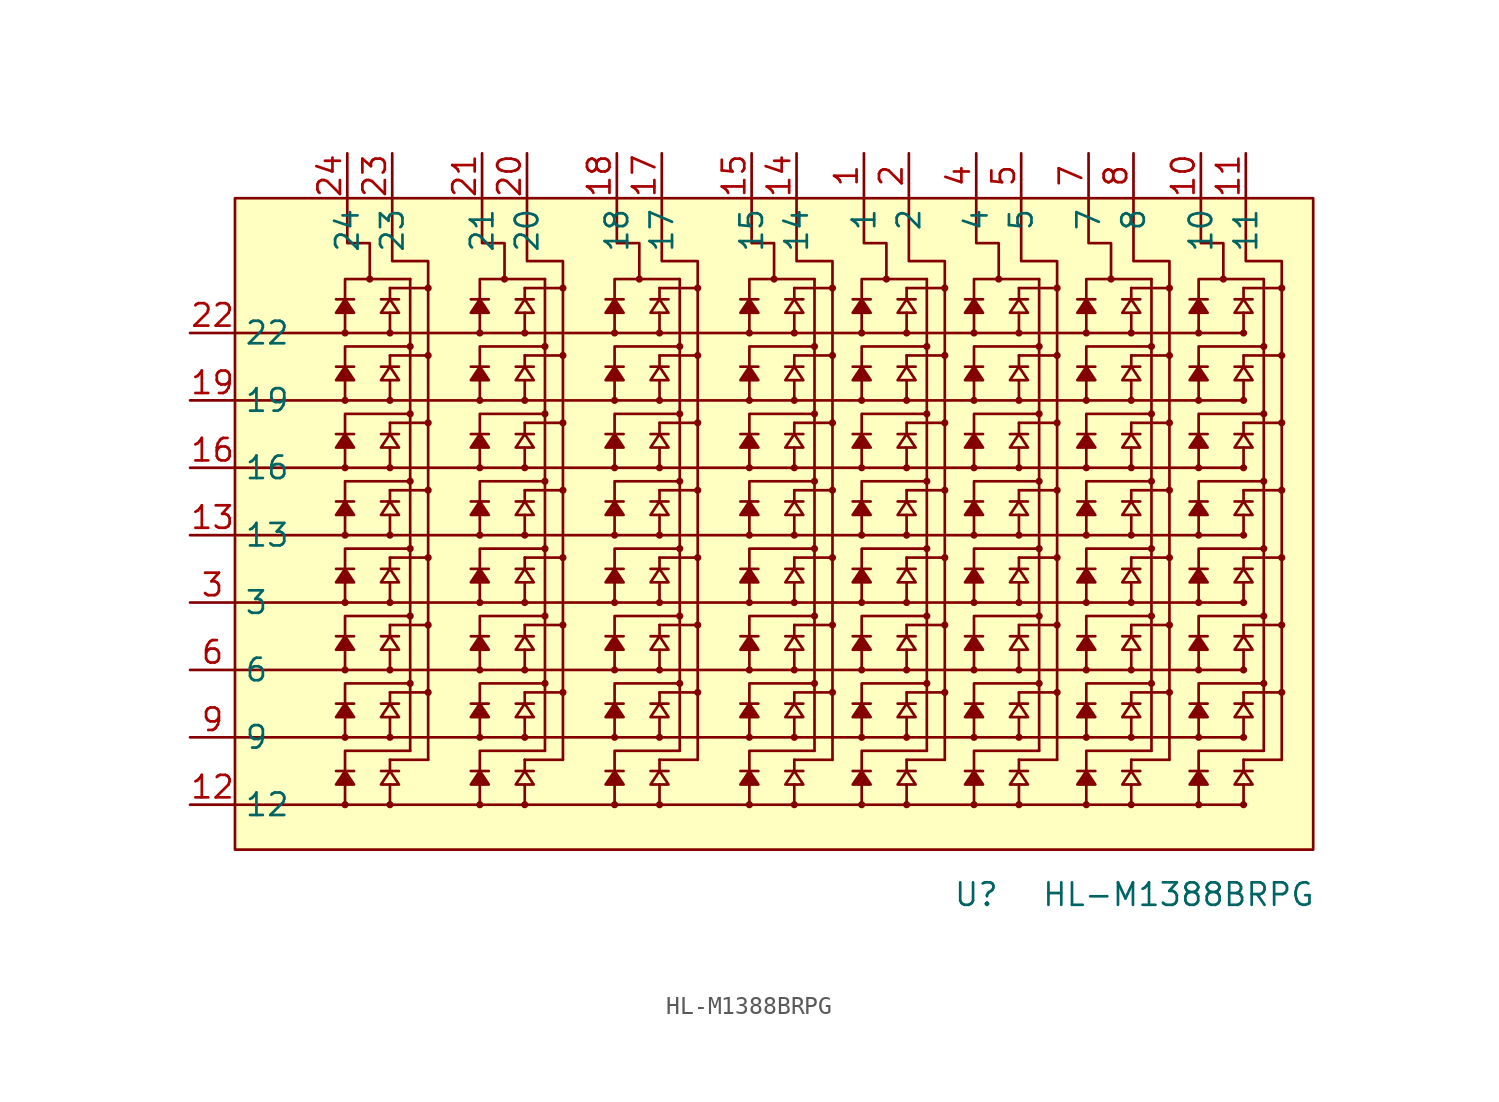
<source format=kicad_sym>
(kicad_symbol_lib
  (version 20201005)
  (generator kicad_symbol_editor)
  (symbol "spark-console:HL-M1388BRPG"
    (property "Reference" "U"
      (at 29.21 -20.32 0)
      (effects (font (size 1.27 1.27))))
    (property "Value" "HL-M1388BRPG"
      (at 40.64 -20.32 0)
      (effects (font (size 1.27 1.27))))
    (symbol "HL-M1388BRPG_0_1"
      (circle (center -6.477 -15.24) (radius 0.127) (stroke (width 0.152)) (fill (type outline)))
      (circle (center -6.477 -11.43) (radius 0.127) (stroke (width 0.152)) (fill (type outline)))
      (circle (center -6.477 -7.62) (radius 0.127) (stroke (width 0.152)) (fill (type outline)))
      (circle (center -6.477 -3.81) (radius 0.127) (stroke (width 0.152)) (fill (type outline)))
      (circle (center -6.477 0) (radius 0.127) (stroke (width 0.152)) (fill (type outline)))
      (circle (center -6.477 3.81) (radius 0.127) (stroke (width 0.152)) (fill (type outline)))
      (circle (center -6.477 7.62) (radius 0.127) (stroke (width 0.152)) (fill (type outline)))
      (circle (center -6.477 11.43) (radius 0.127) (stroke (width 0.152)) (fill (type outline)))
      (circle (center -5.08 14.478) (radius 0.127) (stroke (width 0.152)) (fill (type outline)))
      (circle (center -3.937 -15.24) (radius 0.127) (stroke (width 0.152)) (fill (type outline)))
      (circle (center -3.937 -11.43) (radius 0.127) (stroke (width 0.152)) (fill (type outline)))
      (circle (center -3.937 -7.62) (radius 0.127) (stroke (width 0.152)) (fill (type outline)))
      (circle (center -3.937 -3.81) (radius 0.127) (stroke (width 0.152)) (fill (type outline)))
      (circle (center -3.937 0) (radius 0.127) (stroke (width 0.152)) (fill (type outline)))
      (circle (center -3.937 3.81) (radius 0.127) (stroke (width 0.152)) (fill (type outline)))
      (circle (center -3.937 7.62) (radius 0.127) (stroke (width 0.152)) (fill (type outline)))
      (circle (center -3.937 11.43) (radius 0.127) (stroke (width 0.152)) (fill (type outline)))
      (circle (center -2.794 -8.382) (radius 0.127) (stroke (width 0.152)) (fill (type outline)))
      (circle (center -2.794 -4.572) (radius 0.127) (stroke (width 0.152)) (fill (type outline)))
      (circle (center -2.794 -0.762) (radius 0.127) (stroke (width 0.152)) (fill (type outline)))
      (circle (center -2.794 3.048) (radius 0.127) (stroke (width 0.152)) (fill (type outline)))
      (circle (center -2.794 6.858) (radius 0.127) (stroke (width 0.152)) (fill (type outline)))
      (circle (center -2.794 10.668) (radius 0.127) (stroke (width 0.152)) (fill (type outline)))
      (circle (center -1.778 -8.89) (radius 0.127) (stroke (width 0.152)) (fill (type outline)))
      (circle (center -1.778 -5.08) (radius 0.127) (stroke (width 0.152)) (fill (type outline)))
      (circle (center -1.778 -1.27) (radius 0.127) (stroke (width 0.152)) (fill (type outline)))
      (circle (center -1.778 2.54) (radius 0.127) (stroke (width 0.152)) (fill (type outline)))
      (circle (center -1.778 6.35) (radius 0.127) (stroke (width 0.152)) (fill (type outline)))
      (circle (center -1.778 10.16) (radius 0.127) (stroke (width 0.152)) (fill (type outline)))
      (circle (center -1.778 13.97) (radius 0.127) (stroke (width 0.152)) (fill (type outline)))
      (circle (center 1.143 -15.24) (radius 0.127) (stroke (width 0.152)) (fill (type outline)))
      (circle (center 1.143 -11.43) (radius 0.127) (stroke (width 0.152)) (fill (type outline)))
      (circle (center 1.143 -7.62) (radius 0.127) (stroke (width 0.152)) (fill (type outline)))
      (circle (center 1.143 -3.81) (radius 0.127) (stroke (width 0.152)) (fill (type outline)))
      (circle (center 1.143 0) (radius 0.127) (stroke (width 0.152)) (fill (type outline)))
      (circle (center 1.143 3.81) (radius 0.127) (stroke (width 0.152)) (fill (type outline)))
      (circle (center 1.143 7.62) (radius 0.127) (stroke (width 0.152)) (fill (type outline)))
      (circle (center 1.143 11.43) (radius 0.127) (stroke (width 0.152)) (fill (type outline)))
      (circle (center 2.54 14.478) (radius 0.127) (stroke (width 0.152)) (fill (type outline)))
      (circle (center 3.683 -15.24) (radius 0.127) (stroke (width 0.152)) (fill (type outline)))
      (circle (center 3.683 -11.43) (radius 0.127) (stroke (width 0.152)) (fill (type outline)))
      (circle (center 3.683 -7.62) (radius 0.127) (stroke (width 0.152)) (fill (type outline)))
      (circle (center 3.683 -3.81) (radius 0.127) (stroke (width 0.152)) (fill (type outline)))
      (circle (center 3.683 0) (radius 0.127) (stroke (width 0.152)) (fill (type outline)))
      (circle (center 3.683 3.81) (radius 0.127) (stroke (width 0.152)) (fill (type outline)))
      (circle (center 3.683 7.62) (radius 0.127) (stroke (width 0.152)) (fill (type outline)))
      (circle (center 3.683 11.43) (radius 0.127) (stroke (width 0.152)) (fill (type outline)))
      (circle (center 4.826 -8.382) (radius 0.127) (stroke (width 0.152)) (fill (type outline)))
      (circle (center 4.826 -4.572) (radius 0.127) (stroke (width 0.152)) (fill (type outline)))
      (circle (center 4.826 -0.762) (radius 0.127) (stroke (width 0.152)) (fill (type outline)))
      (circle (center 4.826 3.048) (radius 0.127) (stroke (width 0.152)) (fill (type outline)))
      (circle (center 4.826 6.858) (radius 0.127) (stroke (width 0.152)) (fill (type outline)))
      (circle (center 4.826 10.668) (radius 0.127) (stroke (width 0.152)) (fill (type outline)))
      (circle (center 5.842 -8.89) (radius 0.127) (stroke (width 0.152)) (fill (type outline)))
      (circle (center 5.842 -5.08) (radius 0.127) (stroke (width 0.152)) (fill (type outline)))
      (circle (center 5.842 -1.27) (radius 0.127) (stroke (width 0.152)) (fill (type outline)))
      (circle (center 5.842 2.54) (radius 0.127) (stroke (width 0.152)) (fill (type outline)))
      (circle (center 5.842 6.35) (radius 0.127) (stroke (width 0.152)) (fill (type outline)))
      (circle (center 5.842 10.16) (radius 0.127) (stroke (width 0.152)) (fill (type outline)))
      (circle (center 5.842 13.97) (radius 0.127) (stroke (width 0.152)) (fill (type outline)))
      (circle (center 8.763 -15.24) (radius 0.127) (stroke (width 0.152)) (fill (type outline)))
      (circle (center 8.763 -11.43) (radius 0.127) (stroke (width 0.152)) (fill (type outline)))
      (circle (center 8.763 -7.62) (radius 0.127) (stroke (width 0.152)) (fill (type outline)))
      (circle (center 8.763 -3.81) (radius 0.127) (stroke (width 0.152)) (fill (type outline)))
      (circle (center 8.763 0) (radius 0.127) (stroke (width 0.152)) (fill (type outline)))
      (circle (center 8.763 3.81) (radius 0.127) (stroke (width 0.152)) (fill (type outline)))
      (circle (center 8.763 7.62) (radius 0.127) (stroke (width 0.152)) (fill (type outline)))
      (circle (center 8.763 11.43) (radius 0.127) (stroke (width 0.152)) (fill (type outline)))
      (circle (center 10.16 14.478) (radius 0.127) (stroke (width 0.152)) (fill (type outline)))
      (circle (center 11.303 -15.24) (radius 0.127) (stroke (width 0.152)) (fill (type outline)))
      (circle (center 11.303 -11.43) (radius 0.127) (stroke (width 0.152)) (fill (type outline)))
      (circle (center 11.303 -7.62) (radius 0.127) (stroke (width 0.152)) (fill (type outline)))
      (circle (center 11.303 -3.81) (radius 0.127) (stroke (width 0.152)) (fill (type outline)))
      (circle (center 11.303 0) (radius 0.127) (stroke (width 0.152)) (fill (type outline)))
      (circle (center 11.303 3.81) (radius 0.127) (stroke (width 0.152)) (fill (type outline)))
      (circle (center 11.303 7.62) (radius 0.127) (stroke (width 0.152)) (fill (type outline)))
      (circle (center 11.303 11.43) (radius 0.127) (stroke (width 0.152)) (fill (type outline)))
      (circle (center 12.446 -8.382) (radius 0.127) (stroke (width 0.152)) (fill (type outline)))
      (circle (center 12.446 -4.572) (radius 0.127) (stroke (width 0.152)) (fill (type outline)))
      (circle (center 12.446 -0.762) (radius 0.127) (stroke (width 0.152)) (fill (type outline)))
      (circle (center 12.446 3.048) (radius 0.127) (stroke (width 0.152)) (fill (type outline)))
      (circle (center 12.446 6.858) (radius 0.127) (stroke (width 0.152)) (fill (type outline)))
      (circle (center 12.446 10.668) (radius 0.127) (stroke (width 0.152)) (fill (type outline)))
      (circle (center 13.462 -8.89) (radius 0.127) (stroke (width 0.152)) (fill (type outline)))
      (circle (center 13.462 -5.08) (radius 0.127) (stroke (width 0.152)) (fill (type outline)))
      (circle (center 13.462 -1.27) (radius 0.127) (stroke (width 0.152)) (fill (type outline)))
      (circle (center 13.462 2.54) (radius 0.127) (stroke (width 0.152)) (fill (type outline)))
      (circle (center 13.462 6.35) (radius 0.127) (stroke (width 0.152)) (fill (type outline)))
      (circle (center 13.462 10.16) (radius 0.127) (stroke (width 0.152)) (fill (type outline)))
      (circle (center 13.462 13.97) (radius 0.127) (stroke (width 0.152)) (fill (type outline)))
      (circle (center 16.383 -15.24) (radius 0.127) (stroke (width 0.152)) (fill (type outline)))
      (circle (center 16.383 -11.43) (radius 0.127) (stroke (width 0.152)) (fill (type outline)))
      (circle (center 16.383 -7.62) (radius 0.127) (stroke (width 0.152)) (fill (type outline)))
      (circle (center 16.383 -3.81) (radius 0.127) (stroke (width 0.152)) (fill (type outline)))
      (circle (center 16.383 0) (radius 0.127) (stroke (width 0.152)) (fill (type outline)))
      (circle (center 16.383 3.81) (radius 0.127) (stroke (width 0.152)) (fill (type outline)))
      (circle (center 16.383 7.62) (radius 0.127) (stroke (width 0.152)) (fill (type outline)))
      (circle (center 16.383 11.43) (radius 0.127) (stroke (width 0.152)) (fill (type outline)))
      (circle (center 17.78 14.478) (radius 0.127) (stroke (width 0.152)) (fill (type outline)))
      (circle (center 18.923 -15.24) (radius 0.127) (stroke (width 0.152)) (fill (type outline)))
      (circle (center 18.923 -11.43) (radius 0.127) (stroke (width 0.152)) (fill (type outline)))
      (circle (center 18.923 -7.62) (radius 0.127) (stroke (width 0.152)) (fill (type outline)))
      (circle (center 18.923 -3.81) (radius 0.127) (stroke (width 0.152)) (fill (type outline)))
      (circle (center 18.923 0) (radius 0.127) (stroke (width 0.152)) (fill (type outline)))
      (circle (center 18.923 3.81) (radius 0.127) (stroke (width 0.152)) (fill (type outline)))
      (circle (center 18.923 7.62) (radius 0.127) (stroke (width 0.152)) (fill (type outline)))
      (circle (center 18.923 11.43) (radius 0.127) (stroke (width 0.152)) (fill (type outline)))
      (circle (center 20.066 -8.382) (radius 0.127) (stroke (width 0.152)) (fill (type outline)))
      (circle (center 20.066 -4.572) (radius 0.127) (stroke (width 0.152)) (fill (type outline)))
      (circle (center 20.066 -0.762) (radius 0.127) (stroke (width 0.152)) (fill (type outline)))
      (circle (center 20.066 3.048) (radius 0.127) (stroke (width 0.152)) (fill (type outline)))
      (circle (center 20.066 6.858) (radius 0.127) (stroke (width 0.152)) (fill (type outline)))
      (circle (center 20.066 10.668) (radius 0.127) (stroke (width 0.152)) (fill (type outline)))
      (circle (center 21.082 -8.89) (radius 0.127) (stroke (width 0.152)) (fill (type outline)))
      (circle (center 21.082 -5.08) (radius 0.127) (stroke (width 0.152)) (fill (type outline)))
      (circle (center 21.082 -1.27) (radius 0.127) (stroke (width 0.152)) (fill (type outline)))
      (circle (center 21.082 2.54) (radius 0.127) (stroke (width 0.152)) (fill (type outline)))
      (circle (center 21.082 6.35) (radius 0.127) (stroke (width 0.152)) (fill (type outline)))
      (circle (center 21.082 10.16) (radius 0.127) (stroke (width 0.152)) (fill (type outline)))
      (circle (center 21.082 13.97) (radius 0.127) (stroke (width 0.152)) (fill (type outline)))
      (circle (center 22.733 -15.24) (radius 0.127) (stroke (width 0.152)) (fill (type outline)))
      (circle (center 22.733 -11.43) (radius 0.127) (stroke (width 0.152)) (fill (type outline)))
      (circle (center 22.733 -7.62) (radius 0.127) (stroke (width 0.152)) (fill (type outline)))
      (circle (center 22.733 -3.81) (radius 0.127) (stroke (width 0.152)) (fill (type outline)))
      (circle (center 22.733 0) (radius 0.127) (stroke (width 0.152)) (fill (type outline)))
      (circle (center 22.733 3.81) (radius 0.127) (stroke (width 0.152)) (fill (type outline)))
      (circle (center 22.733 7.62) (radius 0.127) (stroke (width 0.152)) (fill (type outline)))
      (circle (center 22.733 11.43) (radius 0.127) (stroke (width 0.152)) (fill (type outline)))
      (circle (center 24.13 14.478) (radius 0.127) (stroke (width 0.152)) (fill (type outline)))
      (circle (center 25.273 -15.24) (radius 0.127) (stroke (width 0.152)) (fill (type outline)))
      (circle (center 25.273 -11.43) (radius 0.127) (stroke (width 0.152)) (fill (type outline)))
      (circle (center 25.273 -7.62) (radius 0.127) (stroke (width 0.152)) (fill (type outline)))
      (circle (center 25.273 -3.81) (radius 0.127) (stroke (width 0.152)) (fill (type outline)))
      (circle (center 25.273 0) (radius 0.127) (stroke (width 0.152)) (fill (type outline)))
      (circle (center 25.273 3.81) (radius 0.127) (stroke (width 0.152)) (fill (type outline)))
      (circle (center 25.273 7.62) (radius 0.127) (stroke (width 0.152)) (fill (type outline)))
      (circle (center 25.273 11.43) (radius 0.127) (stroke (width 0.152)) (fill (type outline)))
      (circle (center 26.416 -8.382) (radius 0.127) (stroke (width 0.152)) (fill (type outline)))
      (circle (center 26.416 -4.572) (radius 0.127) (stroke (width 0.152)) (fill (type outline)))
      (circle (center 26.416 -0.762) (radius 0.127) (stroke (width 0.152)) (fill (type outline)))
      (circle (center 26.416 3.048) (radius 0.127) (stroke (width 0.152)) (fill (type outline)))
      (circle (center 26.416 6.858) (radius 0.127) (stroke (width 0.152)) (fill (type outline)))
      (circle (center 26.416 10.668) (radius 0.127) (stroke (width 0.152)) (fill (type outline)))
      (circle (center 27.432 -8.89) (radius 0.127) (stroke (width 0.152)) (fill (type outline)))
      (circle (center 27.432 -5.08) (radius 0.127) (stroke (width 0.152)) (fill (type outline)))
      (circle (center 27.432 -1.27) (radius 0.127) (stroke (width 0.152)) (fill (type outline)))
      (circle (center 27.432 2.54) (radius 0.127) (stroke (width 0.152)) (fill (type outline)))
      (circle (center 27.432 6.35) (radius 0.127) (stroke (width 0.152)) (fill (type outline)))
      (circle (center 27.432 10.16) (radius 0.127) (stroke (width 0.152)) (fill (type outline)))
      (circle (center 27.432 13.97) (radius 0.127) (stroke (width 0.152)) (fill (type outline)))
      (circle (center 29.083 -15.24) (radius 0.127) (stroke (width 0.152)) (fill (type outline)))
      (circle (center 29.083 -11.43) (radius 0.127) (stroke (width 0.152)) (fill (type outline)))
      (circle (center 29.083 -7.62) (radius 0.127) (stroke (width 0.152)) (fill (type outline)))
      (circle (center 29.083 -3.81) (radius 0.127) (stroke (width 0.152)) (fill (type outline)))
      (circle (center 29.083 0) (radius 0.127) (stroke (width 0.152)) (fill (type outline)))
      (circle (center 29.083 3.81) (radius 0.127) (stroke (width 0.152)) (fill (type outline)))
      (circle (center 29.083 7.62) (radius 0.127) (stroke (width 0.152)) (fill (type outline)))
      (circle (center 29.083 11.43) (radius 0.127) (stroke (width 0.152)) (fill (type outline)))
      (circle (center 30.48 14.478) (radius 0.127) (stroke (width 0.152)) (fill (type outline)))
      (circle (center 31.623 -15.24) (radius 0.127) (stroke (width 0.152)) (fill (type outline)))
      (circle (center 31.623 -11.43) (radius 0.127) (stroke (width 0.152)) (fill (type outline)))
      (circle (center 31.623 -7.62) (radius 0.127) (stroke (width 0.152)) (fill (type outline)))
      (circle (center 31.623 -3.81) (radius 0.127) (stroke (width 0.152)) (fill (type outline)))
      (circle (center 31.623 0) (radius 0.127) (stroke (width 0.152)) (fill (type outline)))
      (circle (center 31.623 3.81) (radius 0.127) (stroke (width 0.152)) (fill (type outline)))
      (circle (center 31.623 7.62) (radius 0.127) (stroke (width 0.152)) (fill (type outline)))
      (circle (center 31.623 11.43) (radius 0.127) (stroke (width 0.152)) (fill (type outline)))
      (circle (center 32.766 -8.382) (radius 0.127) (stroke (width 0.152)) (fill (type outline)))
      (circle (center 32.766 -4.572) (radius 0.127) (stroke (width 0.152)) (fill (type outline)))
      (circle (center 32.766 -0.762) (radius 0.127) (stroke (width 0.152)) (fill (type outline)))
      (circle (center 32.766 3.048) (radius 0.127) (stroke (width 0.152)) (fill (type outline)))
      (circle (center 32.766 6.858) (radius 0.127) (stroke (width 0.152)) (fill (type outline)))
      (circle (center 32.766 10.668) (radius 0.127) (stroke (width 0.152)) (fill (type outline)))
      (circle (center 33.782 -8.89) (radius 0.127) (stroke (width 0.152)) (fill (type outline)))
      (circle (center 33.782 -5.08) (radius 0.127) (stroke (width 0.152)) (fill (type outline)))
      (circle (center 33.782 -1.27) (radius 0.127) (stroke (width 0.152)) (fill (type outline)))
      (circle (center 33.782 2.54) (radius 0.127) (stroke (width 0.152)) (fill (type outline)))
      (circle (center 33.782 6.35) (radius 0.127) (stroke (width 0.152)) (fill (type outline)))
      (circle (center 33.782 10.16) (radius 0.127) (stroke (width 0.152)) (fill (type outline)))
      (circle (center 33.782 13.97) (radius 0.127) (stroke (width 0.152)) (fill (type outline)))
      (circle (center 35.433 -15.24) (radius 0.127) (stroke (width 0.152)) (fill (type outline)))
      (circle (center 35.433 -11.43) (radius 0.127) (stroke (width 0.152)) (fill (type outline)))
      (circle (center 35.433 -7.62) (radius 0.127) (stroke (width 0.152)) (fill (type outline)))
      (circle (center 35.433 -3.81) (radius 0.127) (stroke (width 0.152)) (fill (type outline)))
      (circle (center 35.433 0) (radius 0.127) (stroke (width 0.152)) (fill (type outline)))
      (circle (center 35.433 3.81) (radius 0.127) (stroke (width 0.152)) (fill (type outline)))
      (circle (center 35.433 7.62) (radius 0.127) (stroke (width 0.152)) (fill (type outline)))
      (circle (center 35.433 11.43) (radius 0.127) (stroke (width 0.152)) (fill (type outline)))
      (circle (center 36.83 14.478) (radius 0.127) (stroke (width 0.152)) (fill (type outline)))
      (circle (center 37.973 -15.24) (radius 0.127) (stroke (width 0.152)) (fill (type outline)))
      (circle (center 37.973 -11.43) (radius 0.127) (stroke (width 0.152)) (fill (type outline)))
      (circle (center 37.973 -7.62) (radius 0.127) (stroke (width 0.152)) (fill (type outline)))
      (circle (center 37.973 -3.81) (radius 0.127) (stroke (width 0.152)) (fill (type outline)))
      (circle (center 37.973 0) (radius 0.127) (stroke (width 0.152)) (fill (type outline)))
      (circle (center 37.973 3.81) (radius 0.127) (stroke (width 0.152)) (fill (type outline)))
      (circle (center 37.973 7.62) (radius 0.127) (stroke (width 0.152)) (fill (type outline)))
      (circle (center 37.973 11.43) (radius 0.127) (stroke (width 0.152)) (fill (type outline)))
      (circle (center 39.116 -8.382) (radius 0.127) (stroke (width 0.152)) (fill (type outline)))
      (circle (center 39.116 -4.572) (radius 0.127) (stroke (width 0.152)) (fill (type outline)))
      (circle (center 39.116 -0.762) (radius 0.127) (stroke (width 0.152)) (fill (type outline)))
      (circle (center 39.116 3.048) (radius 0.127) (stroke (width 0.152)) (fill (type outline)))
      (circle (center 39.116 6.858) (radius 0.127) (stroke (width 0.152)) (fill (type outline)))
      (circle (center 39.116 10.668) (radius 0.127) (stroke (width 0.152)) (fill (type outline)))
      (circle (center 40.132 -8.89) (radius 0.127) (stroke (width 0.152)) (fill (type outline)))
      (circle (center 40.132 -5.08) (radius 0.127) (stroke (width 0.152)) (fill (type outline)))
      (circle (center 40.132 -1.27) (radius 0.127) (stroke (width 0.152)) (fill (type outline)))
      (circle (center 40.132 2.54) (radius 0.127) (stroke (width 0.152)) (fill (type outline)))
      (circle (center 40.132 6.35) (radius 0.127) (stroke (width 0.152)) (fill (type outline)))
      (circle (center 40.132 10.16) (radius 0.127) (stroke (width 0.152)) (fill (type outline)))
      (circle (center 40.132 13.97) (radius 0.127) (stroke (width 0.152)) (fill (type outline)))
      (circle (center 41.783 -15.24) (radius 0.127) (stroke (width 0.152)) (fill (type outline)))
      (circle (center 41.783 -11.43) (radius 0.127) (stroke (width 0.152)) (fill (type outline)))
      (circle (center 41.783 -7.62) (radius 0.127) (stroke (width 0.152)) (fill (type outline)))
      (circle (center 41.783 -3.81) (radius 0.127) (stroke (width 0.152)) (fill (type outline)))
      (circle (center 41.783 0) (radius 0.127) (stroke (width 0.152)) (fill (type outline)))
      (circle (center 41.783 3.81) (radius 0.127) (stroke (width 0.152)) (fill (type outline)))
      (circle (center 41.783 7.62) (radius 0.127) (stroke (width 0.152)) (fill (type outline)))
      (circle (center 41.783 11.43) (radius 0.127) (stroke (width 0.152)) (fill (type outline)))
      (circle (center 43.18 14.478) (radius 0.127) (stroke (width 0.152)) (fill (type outline)))
      (circle (center 44.323 -15.24) (radius 0.127) (stroke (width 0.152)) (fill (type outline)))
      (circle (center 44.323 -11.43) (radius 0.127) (stroke (width 0.152)) (fill (type outline)))
      (circle (center 44.323 -7.62) (radius 0.127) (stroke (width 0.152)) (fill (type outline)))
      (circle (center 44.323 -3.81) (radius 0.127) (stroke (width 0.152)) (fill (type outline)))
      (circle (center 44.323 0) (radius 0.127) (stroke (width 0.152)) (fill (type outline)))
      (circle (center 44.323 3.81) (radius 0.127) (stroke (width 0.152)) (fill (type outline)))
      (circle (center 44.323 7.62) (radius 0.127) (stroke (width 0.152)) (fill (type outline)))
      (circle (center 44.323 11.43) (radius 0.127) (stroke (width 0.152)) (fill (type outline)))
      (circle (center 45.466 -8.382) (radius 0.127) (stroke (width 0.152)) (fill (type outline)))
      (circle (center 45.466 -4.572) (radius 0.127) (stroke (width 0.152)) (fill (type outline)))
      (circle (center 45.466 -0.762) (radius 0.127) (stroke (width 0.152)) (fill (type outline)))
      (circle (center 45.466 3.048) (radius 0.127) (stroke (width 0.152)) (fill (type outline)))
      (circle (center 45.466 6.858) (radius 0.127) (stroke (width 0.152)) (fill (type outline)))
      (circle (center 45.466 10.668) (radius 0.127) (stroke (width 0.152)) (fill (type outline)))
      (circle (center 46.482 -8.89) (radius 0.127) (stroke (width 0.152)) (fill (type outline)))
      (circle (center 46.482 -5.08) (radius 0.127) (stroke (width 0.152)) (fill (type outline)))
      (circle (center 46.482 -1.27) (radius 0.127) (stroke (width 0.152)) (fill (type outline)))
      (circle (center 46.482 2.54) (radius 0.127) (stroke (width 0.152)) (fill (type outline)))
      (circle (center 46.482 6.35) (radius 0.127) (stroke (width 0.152)) (fill (type outline)))
      (circle (center 46.482 10.16) (radius 0.127) (stroke (width 0.152)) (fill (type outline)))
      (circle (center 46.482 13.97) (radius 0.127) (stroke (width 0.152)) (fill (type outline)))
      (rectangle (start -12.7 19.05) (end 48.26 -17.78) (stroke (width 0.152)) (fill (type background)))
      (polyline (pts (xy -12.7 0) (xy 44.45 0)) (stroke (width 0.152)) (fill (type none)))
      (polyline (pts (xy -12.7 7.62) (xy 44.45 7.62)) (stroke (width 0.152)) (fill (type none)))
      (polyline (pts (xy -12.7 11.43) (xy 44.45 11.43)) (stroke (width 0.152)) (fill (type none)))
      (polyline (pts (xy -6.985 -13.335) (xy -5.969 -13.335)) (stroke (width 0.152)) (fill (type none)))
      (polyline (pts (xy -6.985 -9.525) (xy -5.969 -9.525)) (stroke (width 0.152)) (fill (type none)))
      (polyline (pts (xy -6.985 -5.715) (xy -5.969 -5.715)) (stroke (width 0.152)) (fill (type none)))
      (polyline (pts (xy -6.985 -1.905) (xy -5.969 -1.905)) (stroke (width 0.152)) (fill (type none)))
      (polyline (pts (xy -6.985 1.905) (xy -5.969 1.905)) (stroke (width 0.152)) (fill (type none)))
      (polyline (pts (xy -6.985 5.715) (xy -5.969 5.715)) (stroke (width 0.152)) (fill (type none)))
      (polyline (pts (xy -6.985 9.525) (xy -5.969 9.525)) (stroke (width 0.152)) (fill (type none)))
      (polyline (pts (xy -6.985 13.335) (xy -5.969 13.335)) (stroke (width 0.152)) (fill (type none)))
      (polyline (pts (xy -6.477 -14.097) (xy -6.477 -15.113)) (stroke (width 0.152)) (fill (type none)))
      (polyline (pts (xy -6.477 -10.287) (xy -6.477 -11.303)) (stroke (width 0.152)) (fill (type none)))
      (polyline (pts (xy -6.477 -6.477) (xy -6.477 -7.493)) (stroke (width 0.152)) (fill (type none)))
      (polyline (pts (xy -6.477 -2.667) (xy -6.477 -3.683)) (stroke (width 0.152)) (fill (type none)))
      (polyline (pts (xy -6.477 1.143) (xy -6.477 0.127)) (stroke (width 0.152)) (fill (type none)))
      (polyline (pts (xy -6.477 4.953) (xy -6.477 3.937)) (stroke (width 0.152)) (fill (type none)))
      (polyline (pts (xy -6.477 8.763) (xy -6.477 7.747)) (stroke (width 0.152)) (fill (type none)))
      (polyline (pts (xy -6.477 12.573) (xy -6.477 11.557)) (stroke (width 0.152)) (fill (type none)))
      (polyline (pts (xy -4.445 -13.335) (xy -3.429 -13.335)) (stroke (width 0.152)) (fill (type none)))
      (polyline (pts (xy -4.445 -9.525) (xy -3.429 -9.525)) (stroke (width 0.152)) (fill (type none)))
      (polyline (pts (xy -4.445 -5.715) (xy -3.429 -5.715)) (stroke (width 0.152)) (fill (type none)))
      (polyline (pts (xy -4.445 -1.905) (xy -3.429 -1.905)) (stroke (width 0.152)) (fill (type none)))
      (polyline (pts (xy -4.445 1.905) (xy -3.429 1.905)) (stroke (width 0.152)) (fill (type none)))
      (polyline (pts (xy -4.445 5.715) (xy -3.429 5.715)) (stroke (width 0.152)) (fill (type none)))
      (polyline (pts (xy -4.445 9.525) (xy -3.429 9.525)) (stroke (width 0.152)) (fill (type none)))
      (polyline (pts (xy -4.445 13.335) (xy -3.429 13.335)) (stroke (width 0.152)) (fill (type none)))
      (polyline (pts (xy -3.937 -14.097) (xy -3.937 -15.113)) (stroke (width 0.152)) (fill (type none)))
      (polyline (pts (xy -3.937 -13.335) (xy -3.937 -12.7)) (stroke (width 0.152)) (fill (type none)))
      (polyline (pts (xy -3.937 -12.7) (xy -1.778 -12.7)) (stroke (width 0.152)) (fill (type none)))
      (polyline (pts (xy -3.937 -10.287) (xy -3.937 -11.303)) (stroke (width 0.152)) (fill (type none)))
      (polyline (pts (xy -3.937 -9.525) (xy -3.937 -8.89)) (stroke (width 0.152)) (fill (type none)))
      (polyline (pts (xy -3.937 -8.89) (xy -1.778 -8.89)) (stroke (width 0.152)) (fill (type none)))
      (polyline (pts (xy -3.937 -6.477) (xy -3.937 -7.493)) (stroke (width 0.152)) (fill (type none)))
      (polyline (pts (xy -3.937 -5.715) (xy -3.937 -5.08)) (stroke (width 0.152)) (fill (type none)))
      (polyline (pts (xy -3.937 -5.08) (xy -1.778 -5.08)) (stroke (width 0.152)) (fill (type none)))
      (polyline (pts (xy -3.937 -2.667) (xy -3.937 -3.683)) (stroke (width 0.152)) (fill (type none)))
      (polyline (pts (xy -3.937 -1.905) (xy -3.937 -1.27)) (stroke (width 0.152)) (fill (type none)))
      (polyline (pts (xy -3.937 -1.27) (xy -1.778 -1.27)) (stroke (width 0.152)) (fill (type none)))
      (polyline (pts (xy -3.937 1.143) (xy -3.937 0.127)) (stroke (width 0.152)) (fill (type none)))
      (polyline (pts (xy -3.937 1.905) (xy -3.937 2.54)) (stroke (width 0.152)) (fill (type none)))
      (polyline (pts (xy -3.937 2.54) (xy -1.778 2.54)) (stroke (width 0.152)) (fill (type none)))
      (polyline (pts (xy -3.937 4.953) (xy -3.937 3.937)) (stroke (width 0.152)) (fill (type none)))
      (polyline (pts (xy -3.937 5.715) (xy -3.937 6.35)) (stroke (width 0.152)) (fill (type none)))
      (polyline (pts (xy -3.937 6.35) (xy -1.778 6.35)) (stroke (width 0.152)) (fill (type none)))
      (polyline (pts (xy -3.937 8.763) (xy -3.937 7.747)) (stroke (width 0.152)) (fill (type none)))
      (polyline (pts (xy -3.937 9.525) (xy -3.937 10.16)) (stroke (width 0.152)) (fill (type none)))
      (polyline (pts (xy -3.937 10.16) (xy -1.778 10.16)) (stroke (width 0.152)) (fill (type none)))
      (polyline (pts (xy -3.937 12.573) (xy -3.937 11.557)) (stroke (width 0.152)) (fill (type none)))
      (polyline (pts (xy -3.937 13.335) (xy -3.937 13.97)) (stroke (width 0.152)) (fill (type none)))
      (polyline (pts (xy -3.937 13.97) (xy -1.778 13.97)) (stroke (width 0.152)) (fill (type none)))
      (polyline (pts (xy -2.794 14.478) (xy -2.794 -12.192)) (stroke (width 0.152)) (fill (type none)))
      (polyline (pts (xy -1.778 13.97) (xy -1.778 -12.7)) (stroke (width 0.152)) (fill (type none)))
      (polyline (pts (xy 0.635 -13.335) (xy 1.651 -13.335)) (stroke (width 0.152)) (fill (type none)))
      (polyline (pts (xy 0.635 -9.525) (xy 1.651 -9.525)) (stroke (width 0.152)) (fill (type none)))
      (polyline (pts (xy 0.635 -5.715) (xy 1.651 -5.715)) (stroke (width 0.152)) (fill (type none)))
      (polyline (pts (xy 0.635 -1.905) (xy 1.651 -1.905)) (stroke (width 0.152)) (fill (type none)))
      (polyline (pts (xy 0.635 1.905) (xy 1.651 1.905)) (stroke (width 0.152)) (fill (type none)))
      (polyline (pts (xy 0.635 5.715) (xy 1.651 5.715)) (stroke (width 0.152)) (fill (type none)))
      (polyline (pts (xy 0.635 9.525) (xy 1.651 9.525)) (stroke (width 0.152)) (fill (type none)))
      (polyline (pts (xy 0.635 13.335) (xy 1.651 13.335)) (stroke (width 0.152)) (fill (type none)))
      (polyline (pts (xy 1.143 -14.097) (xy 1.143 -15.113)) (stroke (width 0.152)) (fill (type none)))
      (polyline (pts (xy 1.143 -10.287) (xy 1.143 -11.303)) (stroke (width 0.152)) (fill (type none)))
      (polyline (pts (xy 1.143 -6.477) (xy 1.143 -7.493)) (stroke (width 0.152)) (fill (type none)))
      (polyline (pts (xy 1.143 -2.667) (xy 1.143 -3.683)) (stroke (width 0.152)) (fill (type none)))
      (polyline (pts (xy 1.143 1.143) (xy 1.143 0.127)) (stroke (width 0.152)) (fill (type none)))
      (polyline (pts (xy 1.143 4.953) (xy 1.143 3.937)) (stroke (width 0.152)) (fill (type none)))
      (polyline (pts (xy 1.143 8.763) (xy 1.143 7.747)) (stroke (width 0.152)) (fill (type none)))
      (polyline (pts (xy 1.143 12.573) (xy 1.143 11.557)) (stroke (width 0.152)) (fill (type none)))
      (polyline (pts (xy 3.175 -13.335) (xy 4.191 -13.335)) (stroke (width 0.152)) (fill (type none)))
      (polyline (pts (xy 3.175 -9.525) (xy 4.191 -9.525)) (stroke (width 0.152)) (fill (type none)))
      (polyline (pts (xy 3.175 -5.715) (xy 4.191 -5.715)) (stroke (width 0.152)) (fill (type none)))
      (polyline (pts (xy 3.175 -1.905) (xy 4.191 -1.905)) (stroke (width 0.152)) (fill (type none)))
      (polyline (pts (xy 3.175 1.905) (xy 4.191 1.905)) (stroke (width 0.152)) (fill (type none)))
      (polyline (pts (xy 3.175 5.715) (xy 4.191 5.715)) (stroke (width 0.152)) (fill (type none)))
      (polyline (pts (xy 3.175 9.525) (xy 4.191 9.525)) (stroke (width 0.152)) (fill (type none)))
      (polyline (pts (xy 3.175 13.335) (xy 4.191 13.335)) (stroke (width 0.152)) (fill (type none)))
      (polyline (pts (xy 3.683 -14.097) (xy 3.683 -15.113)) (stroke (width 0.152)) (fill (type none)))
      (polyline (pts (xy 3.683 -13.335) (xy 3.683 -12.7)) (stroke (width 0.152)) (fill (type none)))
      (polyline (pts (xy 3.683 -12.7) (xy 5.842 -12.7)) (stroke (width 0.152)) (fill (type none)))
      (polyline (pts (xy 3.683 -10.287) (xy 3.683 -11.303)) (stroke (width 0.152)) (fill (type none)))
      (polyline (pts (xy 3.683 -9.525) (xy 3.683 -8.89)) (stroke (width 0.152)) (fill (type none)))
      (polyline (pts (xy 3.683 -8.89) (xy 5.842 -8.89)) (stroke (width 0.152)) (fill (type none)))
      (polyline (pts (xy 3.683 -6.477) (xy 3.683 -7.493)) (stroke (width 0.152)) (fill (type none)))
      (polyline (pts (xy 3.683 -5.715) (xy 3.683 -5.08)) (stroke (width 0.152)) (fill (type none)))
      (polyline (pts (xy 3.683 -5.08) (xy 5.842 -5.08)) (stroke (width 0.152)) (fill (type none)))
      (polyline (pts (xy 3.683 -2.667) (xy 3.683 -3.683)) (stroke (width 0.152)) (fill (type none)))
      (polyline (pts (xy 3.683 -1.905) (xy 3.683 -1.27)) (stroke (width 0.152)) (fill (type none)))
      (polyline (pts (xy 3.683 -1.27) (xy 5.842 -1.27)) (stroke (width 0.152)) (fill (type none)))
      (polyline (pts (xy 3.683 1.143) (xy 3.683 0.127)) (stroke (width 0.152)) (fill (type none)))
      (polyline (pts (xy 3.683 1.905) (xy 3.683 2.54)) (stroke (width 0.152)) (fill (type none)))
      (polyline (pts (xy 3.683 2.54) (xy 5.842 2.54)) (stroke (width 0.152)) (fill (type none)))
      (polyline (pts (xy 3.683 4.953) (xy 3.683 3.937)) (stroke (width 0.152)) (fill (type none)))
      (polyline (pts (xy 3.683 5.715) (xy 3.683 6.35)) (stroke (width 0.152)) (fill (type none)))
      (polyline (pts (xy 3.683 6.35) (xy 5.842 6.35)) (stroke (width 0.152)) (fill (type none)))
      (polyline (pts (xy 3.683 8.763) (xy 3.683 7.747)) (stroke (width 0.152)) (fill (type none)))
      (polyline (pts (xy 3.683 9.525) (xy 3.683 10.16)) (stroke (width 0.152)) (fill (type none)))
      (polyline (pts (xy 3.683 10.16) (xy 5.842 10.16)) (stroke (width 0.152)) (fill (type none)))
      (polyline (pts (xy 3.683 12.573) (xy 3.683 11.557)) (stroke (width 0.152)) (fill (type none)))
      (polyline (pts (xy 3.683 13.335) (xy 3.683 13.97)) (stroke (width 0.152)) (fill (type none)))
      (polyline (pts (xy 3.683 13.97) (xy 5.842 13.97)) (stroke (width 0.152)) (fill (type none)))
      (polyline (pts (xy 4.826 14.478) (xy 4.826 -12.192)) (stroke (width 0.152)) (fill (type none)))
      (polyline (pts (xy 5.842 13.97) (xy 5.842 -12.7)) (stroke (width 0.152)) (fill (type none)))
      (polyline (pts (xy 8.255 -13.335) (xy 9.271 -13.335)) (stroke (width 0.152)) (fill (type none)))
      (polyline (pts (xy 8.255 -9.525) (xy 9.271 -9.525)) (stroke (width 0.152)) (fill (type none)))
      (polyline (pts (xy 8.255 -5.715) (xy 9.271 -5.715)) (stroke (width 0.152)) (fill (type none)))
      (polyline (pts (xy 8.255 -1.905) (xy 9.271 -1.905)) (stroke (width 0.152)) (fill (type none)))
      (polyline (pts (xy 8.255 1.905) (xy 9.271 1.905)) (stroke (width 0.152)) (fill (type none)))
      (polyline (pts (xy 8.255 5.715) (xy 9.271 5.715)) (stroke (width 0.152)) (fill (type none)))
      (polyline (pts (xy 8.255 9.525) (xy 9.271 9.525)) (stroke (width 0.152)) (fill (type none)))
      (polyline (pts (xy 8.255 13.335) (xy 9.271 13.335)) (stroke (width 0.152)) (fill (type none)))
      (polyline (pts (xy 8.763 -14.097) (xy 8.763 -15.113)) (stroke (width 0.152)) (fill (type none)))
      (polyline (pts (xy 8.763 -10.287) (xy 8.763 -11.303)) (stroke (width 0.152)) (fill (type none)))
      (polyline (pts (xy 8.763 -6.477) (xy 8.763 -7.493)) (stroke (width 0.152)) (fill (type none)))
      (polyline (pts (xy 8.763 -2.667) (xy 8.763 -3.683)) (stroke (width 0.152)) (fill (type none)))
      (polyline (pts (xy 8.763 1.143) (xy 8.763 0.127)) (stroke (width 0.152)) (fill (type none)))
      (polyline (pts (xy 8.763 4.953) (xy 8.763 3.937)) (stroke (width 0.152)) (fill (type none)))
      (polyline (pts (xy 8.763 8.763) (xy 8.763 7.747)) (stroke (width 0.152)) (fill (type none)))
      (polyline (pts (xy 8.763 12.573) (xy 8.763 11.557)) (stroke (width 0.152)) (fill (type none)))
      (polyline (pts (xy 10.795 -13.335) (xy 11.811 -13.335)) (stroke (width 0.152)) (fill (type none)))
      (polyline (pts (xy 10.795 -9.525) (xy 11.811 -9.525)) (stroke (width 0.152)) (fill (type none)))
      (polyline (pts (xy 10.795 -5.715) (xy 11.811 -5.715)) (stroke (width 0.152)) (fill (type none)))
      (polyline (pts (xy 10.795 -1.905) (xy 11.811 -1.905)) (stroke (width 0.152)) (fill (type none)))
      (polyline (pts (xy 10.795 1.905) (xy 11.811 1.905)) (stroke (width 0.152)) (fill (type none)))
      (polyline (pts (xy 10.795 5.715) (xy 11.811 5.715)) (stroke (width 0.152)) (fill (type none)))
      (polyline (pts (xy 10.795 9.525) (xy 11.811 9.525)) (stroke (width 0.152)) (fill (type none)))
      (polyline (pts (xy 10.795 13.335) (xy 11.811 13.335)) (stroke (width 0.152)) (fill (type none)))
      (polyline (pts (xy 11.303 -14.097) (xy 11.303 -15.113)) (stroke (width 0.152)) (fill (type none)))
      (polyline (pts (xy 11.303 -13.335) (xy 11.303 -12.7)) (stroke (width 0.152)) (fill (type none)))
      (polyline (pts (xy 11.303 -12.7) (xy 13.462 -12.7)) (stroke (width 0.152)) (fill (type none)))
      (polyline (pts (xy 11.303 -10.287) (xy 11.303 -11.303)) (stroke (width 0.152)) (fill (type none)))
      (polyline (pts (xy 11.303 -9.525) (xy 11.303 -8.89)) (stroke (width 0.152)) (fill (type none)))
      (polyline (pts (xy 11.303 -8.89) (xy 13.462 -8.89)) (stroke (width 0.152)) (fill (type none)))
      (polyline (pts (xy 11.303 -6.477) (xy 11.303 -7.493)) (stroke (width 0.152)) (fill (type none)))
      (polyline (pts (xy 11.303 -5.715) (xy 11.303 -5.08)) (stroke (width 0.152)) (fill (type none)))
      (polyline (pts (xy 11.303 -5.08) (xy 13.462 -5.08)) (stroke (width 0.152)) (fill (type none)))
      (polyline (pts (xy 11.303 -2.667) (xy 11.303 -3.683)) (stroke (width 0.152)) (fill (type none)))
      (polyline (pts (xy 11.303 -1.905) (xy 11.303 -1.27)) (stroke (width 0.152)) (fill (type none)))
      (polyline (pts (xy 11.303 -1.27) (xy 13.462 -1.27)) (stroke (width 0.152)) (fill (type none)))
      (polyline (pts (xy 11.303 1.143) (xy 11.303 0.127)) (stroke (width 0.152)) (fill (type none)))
      (polyline (pts (xy 11.303 1.905) (xy 11.303 2.54)) (stroke (width 0.152)) (fill (type none)))
      (polyline (pts (xy 11.303 2.54) (xy 13.462 2.54)) (stroke (width 0.152)) (fill (type none)))
      (polyline (pts (xy 11.303 4.953) (xy 11.303 3.937)) (stroke (width 0.152)) (fill (type none)))
      (polyline (pts (xy 11.303 5.715) (xy 11.303 6.35)) (stroke (width 0.152)) (fill (type none)))
      (polyline (pts (xy 11.303 6.35) (xy 13.462 6.35)) (stroke (width 0.152)) (fill (type none)))
      (polyline (pts (xy 11.303 8.763) (xy 11.303 7.747)) (stroke (width 0.152)) (fill (type none)))
      (polyline (pts (xy 11.303 9.525) (xy 11.303 10.16)) (stroke (width 0.152)) (fill (type none)))
      (polyline (pts (xy 11.303 10.16) (xy 13.462 10.16)) (stroke (width 0.152)) (fill (type none)))
      (polyline (pts (xy 11.303 12.573) (xy 11.303 11.557)) (stroke (width 0.152)) (fill (type none)))
      (polyline (pts (xy 11.303 13.335) (xy 11.303 13.97)) (stroke (width 0.152)) (fill (type none)))
      (polyline (pts (xy 11.303 13.97) (xy 13.462 13.97)) (stroke (width 0.152)) (fill (type none)))
      (polyline (pts (xy 12.446 14.478) (xy 12.446 -12.192)) (stroke (width 0.152)) (fill (type none)))
      (polyline (pts (xy 13.462 13.97) (xy 13.462 -12.7)) (stroke (width 0.152)) (fill (type none)))
      (polyline (pts (xy 15.875 -13.335) (xy 16.891 -13.335)) (stroke (width 0.152)) (fill (type none)))
      (polyline (pts (xy 15.875 -9.525) (xy 16.891 -9.525)) (stroke (width 0.152)) (fill (type none)))
      (polyline (pts (xy 15.875 -5.715) (xy 16.891 -5.715)) (stroke (width 0.152)) (fill (type none)))
      (polyline (pts (xy 15.875 -1.905) (xy 16.891 -1.905)) (stroke (width 0.152)) (fill (type none)))
      (polyline (pts (xy 15.875 1.905) (xy 16.891 1.905)) (stroke (width 0.152)) (fill (type none)))
      (polyline (pts (xy 15.875 5.715) (xy 16.891 5.715)) (stroke (width 0.152)) (fill (type none)))
      (polyline (pts (xy 15.875 9.525) (xy 16.891 9.525)) (stroke (width 0.152)) (fill (type none)))
      (polyline (pts (xy 15.875 13.335) (xy 16.891 13.335)) (stroke (width 0.152)) (fill (type none)))
      (polyline (pts (xy 16.383 -14.097) (xy 16.383 -15.113)) (stroke (width 0.152)) (fill (type none)))
      (polyline (pts (xy 16.383 -10.287) (xy 16.383 -11.303)) (stroke (width 0.152)) (fill (type none)))
      (polyline (pts (xy 16.383 -6.477) (xy 16.383 -7.493)) (stroke (width 0.152)) (fill (type none)))
      (polyline (pts (xy 16.383 -2.667) (xy 16.383 -3.683)) (stroke (width 0.152)) (fill (type none)))
      (polyline (pts (xy 16.383 1.143) (xy 16.383 0.127)) (stroke (width 0.152)) (fill (type none)))
      (polyline (pts (xy 16.383 4.953) (xy 16.383 3.937)) (stroke (width 0.152)) (fill (type none)))
      (polyline (pts (xy 16.383 8.763) (xy 16.383 7.747)) (stroke (width 0.152)) (fill (type none)))
      (polyline (pts (xy 16.383 12.573) (xy 16.383 11.557)) (stroke (width 0.152)) (fill (type none)))
      (polyline (pts (xy 18.415 -13.335) (xy 19.431 -13.335)) (stroke (width 0.152)) (fill (type none)))
      (polyline (pts (xy 18.415 -9.525) (xy 19.431 -9.525)) (stroke (width 0.152)) (fill (type none)))
      (polyline (pts (xy 18.415 -5.715) (xy 19.431 -5.715)) (stroke (width 0.152)) (fill (type none)))
      (polyline (pts (xy 18.415 -1.905) (xy 19.431 -1.905)) (stroke (width 0.152)) (fill (type none)))
      (polyline (pts (xy 18.415 1.905) (xy 19.431 1.905)) (stroke (width 0.152)) (fill (type none)))
      (polyline (pts (xy 18.415 5.715) (xy 19.431 5.715)) (stroke (width 0.152)) (fill (type none)))
      (polyline (pts (xy 18.415 9.525) (xy 19.431 9.525)) (stroke (width 0.152)) (fill (type none)))
      (polyline (pts (xy 18.415 13.335) (xy 19.431 13.335)) (stroke (width 0.152)) (fill (type none)))
      (polyline (pts (xy 18.923 -14.097) (xy 18.923 -15.113)) (stroke (width 0.152)) (fill (type none)))
      (polyline (pts (xy 18.923 -13.335) (xy 18.923 -12.7)) (stroke (width 0.152)) (fill (type none)))
      (polyline (pts (xy 18.923 -12.7) (xy 21.082 -12.7)) (stroke (width 0.152)) (fill (type none)))
      (polyline (pts (xy 18.923 -10.287) (xy 18.923 -11.303)) (stroke (width 0.152)) (fill (type none)))
      (polyline (pts (xy 18.923 -9.525) (xy 18.923 -8.89)) (stroke (width 0.152)) (fill (type none)))
      (polyline (pts (xy 18.923 -8.89) (xy 21.082 -8.89)) (stroke (width 0.152)) (fill (type none)))
      (polyline (pts (xy 18.923 -6.477) (xy 18.923 -7.493)) (stroke (width 0.152)) (fill (type none)))
      (polyline (pts (xy 18.923 -5.715) (xy 18.923 -5.08)) (stroke (width 0.152)) (fill (type none)))
      (polyline (pts (xy 18.923 -5.08) (xy 21.082 -5.08)) (stroke (width 0.152)) (fill (type none)))
      (polyline (pts (xy 18.923 -2.667) (xy 18.923 -3.683)) (stroke (width 0.152)) (fill (type none)))
      (polyline (pts (xy 18.923 -1.905) (xy 18.923 -1.27)) (stroke (width 0.152)) (fill (type none)))
      (polyline (pts (xy 18.923 -1.27) (xy 21.082 -1.27)) (stroke (width 0.152)) (fill (type none)))
      (polyline (pts (xy 18.923 1.143) (xy 18.923 0.127)) (stroke (width 0.152)) (fill (type none)))
      (polyline (pts (xy 18.923 1.905) (xy 18.923 2.54)) (stroke (width 0.152)) (fill (type none)))
      (polyline (pts (xy 18.923 2.54) (xy 21.082 2.54)) (stroke (width 0.152)) (fill (type none)))
      (polyline (pts (xy 18.923 4.953) (xy 18.923 3.937)) (stroke (width 0.152)) (fill (type none)))
      (polyline (pts (xy 18.923 5.715) (xy 18.923 6.35)) (stroke (width 0.152)) (fill (type none)))
      (polyline (pts (xy 18.923 6.35) (xy 21.082 6.35)) (stroke (width 0.152)) (fill (type none)))
      (polyline (pts (xy 18.923 8.763) (xy 18.923 7.747)) (stroke (width 0.152)) (fill (type none)))
      (polyline (pts (xy 18.923 9.525) (xy 18.923 10.16)) (stroke (width 0.152)) (fill (type none)))
      (polyline (pts (xy 18.923 10.16) (xy 21.082 10.16)) (stroke (width 0.152)) (fill (type none)))
      (polyline (pts (xy 18.923 12.573) (xy 18.923 11.557)) (stroke (width 0.152)) (fill (type none)))
      (polyline (pts (xy 18.923 13.335) (xy 18.923 13.97)) (stroke (width 0.152)) (fill (type none)))
      (polyline (pts (xy 18.923 13.97) (xy 21.082 13.97)) (stroke (width 0.152)) (fill (type none)))
      (polyline (pts (xy 20.066 14.478) (xy 20.066 -12.192)) (stroke (width 0.152)) (fill (type none)))
      (polyline (pts (xy 21.082 13.97) (xy 21.082 -12.7)) (stroke (width 0.152)) (fill (type none)))
      (polyline (pts (xy 22.225 -13.335) (xy 23.241 -13.335)) (stroke (width 0.152)) (fill (type none)))
      (polyline (pts (xy 22.225 -9.525) (xy 23.241 -9.525)) (stroke (width 0.152)) (fill (type none)))
      (polyline (pts (xy 22.225 -5.715) (xy 23.241 -5.715)) (stroke (width 0.152)) (fill (type none)))
      (polyline (pts (xy 22.225 -1.905) (xy 23.241 -1.905)) (stroke (width 0.152)) (fill (type none)))
      (polyline (pts (xy 22.225 1.905) (xy 23.241 1.905)) (stroke (width 0.152)) (fill (type none)))
      (polyline (pts (xy 22.225 5.715) (xy 23.241 5.715)) (stroke (width 0.152)) (fill (type none)))
      (polyline (pts (xy 22.225 9.525) (xy 23.241 9.525)) (stroke (width 0.152)) (fill (type none)))
      (polyline (pts (xy 22.225 13.335) (xy 23.241 13.335)) (stroke (width 0.152)) (fill (type none)))
      (polyline (pts (xy 22.733 -14.097) (xy 22.733 -15.113)) (stroke (width 0.152)) (fill (type none)))
      (polyline (pts (xy 22.733 -10.287) (xy 22.733 -11.303)) (stroke (width 0.152)) (fill (type none)))
      (polyline (pts (xy 22.733 -6.477) (xy 22.733 -7.493)) (stroke (width 0.152)) (fill (type none)))
      (polyline (pts (xy 22.733 -2.667) (xy 22.733 -3.683)) (stroke (width 0.152)) (fill (type none)))
      (polyline (pts (xy 22.733 1.143) (xy 22.733 0.127)) (stroke (width 0.152)) (fill (type none)))
      (polyline (pts (xy 22.733 4.953) (xy 22.733 3.937)) (stroke (width 0.152)) (fill (type none)))
      (polyline (pts (xy 22.733 8.763) (xy 22.733 7.747)) (stroke (width 0.152)) (fill (type none)))
      (polyline (pts (xy 22.733 12.573) (xy 22.733 11.557)) (stroke (width 0.152)) (fill (type none)))
      (polyline (pts (xy 24.765 -13.335) (xy 25.781 -13.335)) (stroke (width 0.152)) (fill (type none)))
      (polyline (pts (xy 24.765 -9.525) (xy 25.781 -9.525)) (stroke (width 0.152)) (fill (type none)))
      (polyline (pts (xy 24.765 -5.715) (xy 25.781 -5.715)) (stroke (width 0.152)) (fill (type none)))
      (polyline (pts (xy 24.765 -1.905) (xy 25.781 -1.905)) (stroke (width 0.152)) (fill (type none)))
      (polyline (pts (xy 24.765 1.905) (xy 25.781 1.905)) (stroke (width 0.152)) (fill (type none)))
      (polyline (pts (xy 24.765 5.715) (xy 25.781 5.715)) (stroke (width 0.152)) (fill (type none)))
      (polyline (pts (xy 24.765 9.525) (xy 25.781 9.525)) (stroke (width 0.152)) (fill (type none)))
      (polyline (pts (xy 24.765 13.335) (xy 25.781 13.335)) (stroke (width 0.152)) (fill (type none)))
      (polyline (pts (xy 25.273 -14.097) (xy 25.273 -15.113)) (stroke (width 0.152)) (fill (type none)))
      (polyline (pts (xy 25.273 -13.335) (xy 25.273 -12.7)) (stroke (width 0.152)) (fill (type none)))
      (polyline (pts (xy 25.273 -12.7) (xy 27.432 -12.7)) (stroke (width 0.152)) (fill (type none)))
      (polyline (pts (xy 25.273 -10.287) (xy 25.273 -11.303)) (stroke (width 0.152)) (fill (type none)))
      (polyline (pts (xy 25.273 -9.525) (xy 25.273 -8.89)) (stroke (width 0.152)) (fill (type none)))
      (polyline (pts (xy 25.273 -8.89) (xy 27.432 -8.89)) (stroke (width 0.152)) (fill (type none)))
      (polyline (pts (xy 25.273 -6.477) (xy 25.273 -7.493)) (stroke (width 0.152)) (fill (type none)))
      (polyline (pts (xy 25.273 -5.715) (xy 25.273 -5.08)) (stroke (width 0.152)) (fill (type none)))
      (polyline (pts (xy 25.273 -5.08) (xy 27.432 -5.08)) (stroke (width 0.152)) (fill (type none)))
      (polyline (pts (xy 25.273 -2.667) (xy 25.273 -3.683)) (stroke (width 0.152)) (fill (type none)))
      (polyline (pts (xy 25.273 -1.905) (xy 25.273 -1.27)) (stroke (width 0.152)) (fill (type none)))
      (polyline (pts (xy 25.273 -1.27) (xy 27.432 -1.27)) (stroke (width 0.152)) (fill (type none)))
      (polyline (pts (xy 25.273 1.143) (xy 25.273 0.127)) (stroke (width 0.152)) (fill (type none)))
      (polyline (pts (xy 25.273 1.905) (xy 25.273 2.54)) (stroke (width 0.152)) (fill (type none)))
      (polyline (pts (xy 25.273 2.54) (xy 27.432 2.54)) (stroke (width 0.152)) (fill (type none)))
      (polyline (pts (xy 25.273 4.953) (xy 25.273 3.937)) (stroke (width 0.152)) (fill (type none)))
      (polyline (pts (xy 25.273 5.715) (xy 25.273 6.35)) (stroke (width 0.152)) (fill (type none)))
      (polyline (pts (xy 25.273 6.35) (xy 27.432 6.35)) (stroke (width 0.152)) (fill (type none)))
      (polyline (pts (xy 25.273 8.763) (xy 25.273 7.747)) (stroke (width 0.152)) (fill (type none)))
      (polyline (pts (xy 25.273 9.525) (xy 25.273 10.16)) (stroke (width 0.152)) (fill (type none)))
      (polyline (pts (xy 25.273 10.16) (xy 27.432 10.16)) (stroke (width 0.152)) (fill (type none)))
      (polyline (pts (xy 25.273 12.573) (xy 25.273 11.557)) (stroke (width 0.152)) (fill (type none)))
      (polyline (pts (xy 25.273 13.335) (xy 25.273 13.97)) (stroke (width 0.152)) (fill (type none)))
      (polyline (pts (xy 25.273 13.97) (xy 27.432 13.97)) (stroke (width 0.152)) (fill (type none)))
      (polyline (pts (xy 26.416 14.478) (xy 26.416 -12.192)) (stroke (width 0.152)) (fill (type none)))
      (polyline (pts (xy 27.432 13.97) (xy 27.432 -12.7)) (stroke (width 0.152)) (fill (type none)))
      (polyline (pts (xy 28.575 -13.335) (xy 29.591 -13.335)) (stroke (width 0.152)) (fill (type none)))
      (polyline (pts (xy 28.575 -9.525) (xy 29.591 -9.525)) (stroke (width 0.152)) (fill (type none)))
      (polyline (pts (xy 28.575 -5.715) (xy 29.591 -5.715)) (stroke (width 0.152)) (fill (type none)))
      (polyline (pts (xy 28.575 -1.905) (xy 29.591 -1.905)) (stroke (width 0.152)) (fill (type none)))
      (polyline (pts (xy 28.575 1.905) (xy 29.591 1.905)) (stroke (width 0.152)) (fill (type none)))
      (polyline (pts (xy 28.575 5.715) (xy 29.591 5.715)) (stroke (width 0.152)) (fill (type none)))
      (polyline (pts (xy 28.575 9.525) (xy 29.591 9.525)) (stroke (width 0.152)) (fill (type none)))
      (polyline (pts (xy 28.575 13.335) (xy 29.591 13.335)) (stroke (width 0.152)) (fill (type none)))
      (polyline (pts (xy 29.083 -14.097) (xy 29.083 -15.113)) (stroke (width 0.152)) (fill (type none)))
      (polyline (pts (xy 29.083 -10.287) (xy 29.083 -11.303)) (stroke (width 0.152)) (fill (type none)))
      (polyline (pts (xy 29.083 -6.477) (xy 29.083 -7.493)) (stroke (width 0.152)) (fill (type none)))
      (polyline (pts (xy 29.083 -2.667) (xy 29.083 -3.683)) (stroke (width 0.152)) (fill (type none)))
      (polyline (pts (xy 29.083 1.143) (xy 29.083 0.127)) (stroke (width 0.152)) (fill (type none)))
      (polyline (pts (xy 29.083 4.953) (xy 29.083 3.937)) (stroke (width 0.152)) (fill (type none)))
      (polyline (pts (xy 29.083 8.763) (xy 29.083 7.747)) (stroke (width 0.152)) (fill (type none)))
      (polyline (pts (xy 29.083 12.573) (xy 29.083 11.557)) (stroke (width 0.152)) (fill (type none)))
      (polyline (pts (xy 31.115 -13.335) (xy 32.131 -13.335)) (stroke (width 0.152)) (fill (type none)))
      (polyline (pts (xy 31.115 -9.525) (xy 32.131 -9.525)) (stroke (width 0.152)) (fill (type none)))
      (polyline (pts (xy 31.115 -5.715) (xy 32.131 -5.715)) (stroke (width 0.152)) (fill (type none)))
      (polyline (pts (xy 31.115 -1.905) (xy 32.131 -1.905)) (stroke (width 0.152)) (fill (type none)))
      (polyline (pts (xy 31.115 1.905) (xy 32.131 1.905)) (stroke (width 0.152)) (fill (type none)))
      (polyline (pts (xy 31.115 5.715) (xy 32.131 5.715)) (stroke (width 0.152)) (fill (type none)))
      (polyline (pts (xy 31.115 9.525) (xy 32.131 9.525)) (stroke (width 0.152)) (fill (type none)))
      (polyline (pts (xy 31.115 13.335) (xy 32.131 13.335)) (stroke (width 0.152)) (fill (type none)))
      (polyline (pts (xy 31.623 -14.097) (xy 31.623 -15.113)) (stroke (width 0.152)) (fill (type none)))
      (polyline (pts (xy 31.623 -13.335) (xy 31.623 -12.7)) (stroke (width 0.152)) (fill (type none)))
      (polyline (pts (xy 31.623 -12.7) (xy 33.782 -12.7)) (stroke (width 0.152)) (fill (type none)))
      (polyline (pts (xy 31.623 -10.287) (xy 31.623 -11.303)) (stroke (width 0.152)) (fill (type none)))
      (polyline (pts (xy 31.623 -9.525) (xy 31.623 -8.89)) (stroke (width 0.152)) (fill (type none)))
      (polyline (pts (xy 31.623 -8.89) (xy 33.782 -8.89)) (stroke (width 0.152)) (fill (type none)))
      (polyline (pts (xy 31.623 -6.477) (xy 31.623 -7.493)) (stroke (width 0.152)) (fill (type none)))
      (polyline (pts (xy 31.623 -5.715) (xy 31.623 -5.08)) (stroke (width 0.152)) (fill (type none)))
      (polyline (pts (xy 31.623 -5.08) (xy 33.782 -5.08)) (stroke (width 0.152)) (fill (type none)))
      (polyline (pts (xy 31.623 -2.667) (xy 31.623 -3.683)) (stroke (width 0.152)) (fill (type none)))
      (polyline (pts (xy 31.623 -1.905) (xy 31.623 -1.27)) (stroke (width 0.152)) (fill (type none)))
      (polyline (pts (xy 31.623 -1.27) (xy 33.782 -1.27)) (stroke (width 0.152)) (fill (type none)))
      (polyline (pts (xy 31.623 1.143) (xy 31.623 0.127)) (stroke (width 0.152)) (fill (type none)))
      (polyline (pts (xy 31.623 1.905) (xy 31.623 2.54)) (stroke (width 0.152)) (fill (type none)))
      (polyline (pts (xy 31.623 2.54) (xy 33.782 2.54)) (stroke (width 0.152)) (fill (type none)))
      (polyline (pts (xy 31.623 4.953) (xy 31.623 3.937)) (stroke (width 0.152)) (fill (type none)))
      (polyline (pts (xy 31.623 5.715) (xy 31.623 6.35)) (stroke (width 0.152)) (fill (type none)))
      (polyline (pts (xy 31.623 6.35) (xy 33.782 6.35)) (stroke (width 0.152)) (fill (type none)))
      (polyline (pts (xy 31.623 8.763) (xy 31.623 7.747)) (stroke (width 0.152)) (fill (type none)))
      (polyline (pts (xy 31.623 9.525) (xy 31.623 10.16)) (stroke (width 0.152)) (fill (type none)))
      (polyline (pts (xy 31.623 10.16) (xy 33.782 10.16)) (stroke (width 0.152)) (fill (type none)))
      (polyline (pts (xy 31.623 12.573) (xy 31.623 11.557)) (stroke (width 0.152)) (fill (type none)))
      (polyline (pts (xy 31.623 13.335) (xy 31.623 13.97)) (stroke (width 0.152)) (fill (type none)))
      (polyline (pts (xy 31.623 13.97) (xy 33.782 13.97)) (stroke (width 0.152)) (fill (type none)))
      (polyline (pts (xy 32.766 14.478) (xy 32.766 -12.192)) (stroke (width 0.152)) (fill (type none)))
      (polyline (pts (xy 33.782 13.97) (xy 33.782 -12.7)) (stroke (width 0.152)) (fill (type none)))
      (polyline (pts (xy 34.925 -13.335) (xy 35.941 -13.335)) (stroke (width 0.152)) (fill (type none)))
      (polyline (pts (xy 34.925 -9.525) (xy 35.941 -9.525)) (stroke (width 0.152)) (fill (type none)))
      (polyline (pts (xy 34.925 -5.715) (xy 35.941 -5.715)) (stroke (width 0.152)) (fill (type none)))
      (polyline (pts (xy 34.925 -1.905) (xy 35.941 -1.905)) (stroke (width 0.152)) (fill (type none)))
      (polyline (pts (xy 34.925 1.905) (xy 35.941 1.905)) (stroke (width 0.152)) (fill (type none)))
      (polyline (pts (xy 34.925 5.715) (xy 35.941 5.715)) (stroke (width 0.152)) (fill (type none)))
      (polyline (pts (xy 34.925 9.525) (xy 35.941 9.525)) (stroke (width 0.152)) (fill (type none)))
      (polyline (pts (xy 34.925 13.335) (xy 35.941 13.335)) (stroke (width 0.152)) (fill (type none)))
      (polyline (pts (xy 35.433 -14.097) (xy 35.433 -15.113)) (stroke (width 0.152)) (fill (type none)))
      (polyline (pts (xy 35.433 -10.287) (xy 35.433 -11.303)) (stroke (width 0.152)) (fill (type none)))
      (polyline (pts (xy 35.433 -6.477) (xy 35.433 -7.493)) (stroke (width 0.152)) (fill (type none)))
      (polyline (pts (xy 35.433 -2.667) (xy 35.433 -3.683)) (stroke (width 0.152)) (fill (type none)))
      (polyline (pts (xy 35.433 1.143) (xy 35.433 0.127)) (stroke (width 0.152)) (fill (type none)))
      (polyline (pts (xy 35.433 4.953) (xy 35.433 3.937)) (stroke (width 0.152)) (fill (type none)))
      (polyline (pts (xy 35.433 8.763) (xy 35.433 7.747)) (stroke (width 0.152)) (fill (type none)))
      (polyline (pts (xy 35.433 12.573) (xy 35.433 11.557)) (stroke (width 0.152)) (fill (type none)))
      (polyline (pts (xy 37.465 -13.335) (xy 38.481 -13.335)) (stroke (width 0.152)) (fill (type none)))
      (polyline (pts (xy 37.465 -9.525) (xy 38.481 -9.525)) (stroke (width 0.152)) (fill (type none)))
      (polyline (pts (xy 37.465 -5.715) (xy 38.481 -5.715)) (stroke (width 0.152)) (fill (type none)))
      (polyline (pts (xy 37.465 -1.905) (xy 38.481 -1.905)) (stroke (width 0.152)) (fill (type none)))
      (polyline (pts (xy 37.465 1.905) (xy 38.481 1.905)) (stroke (width 0.152)) (fill (type none)))
      (polyline (pts (xy 37.465 5.715) (xy 38.481 5.715)) (stroke (width 0.152)) (fill (type none)))
      (polyline (pts (xy 37.465 9.525) (xy 38.481 9.525)) (stroke (width 0.152)) (fill (type none)))
      (polyline (pts (xy 37.465 13.335) (xy 38.481 13.335)) (stroke (width 0.152)) (fill (type none)))
      (polyline (pts (xy 37.973 -14.097) (xy 37.973 -15.113)) (stroke (width 0.152)) (fill (type none)))
      (polyline (pts (xy 37.973 -13.335) (xy 37.973 -12.7)) (stroke (width 0.152)) (fill (type none)))
      (polyline (pts (xy 37.973 -12.7) (xy 40.132 -12.7)) (stroke (width 0.152)) (fill (type none)))
      (polyline (pts (xy 37.973 -10.287) (xy 37.973 -11.303)) (stroke (width 0.152)) (fill (type none)))
      (polyline (pts (xy 37.973 -9.525) (xy 37.973 -8.89)) (stroke (width 0.152)) (fill (type none)))
      (polyline (pts (xy 37.973 -8.89) (xy 40.132 -8.89)) (stroke (width 0.152)) (fill (type none)))
      (polyline (pts (xy 37.973 -6.477) (xy 37.973 -7.493)) (stroke (width 0.152)) (fill (type none)))
      (polyline (pts (xy 37.973 -5.715) (xy 37.973 -5.08)) (stroke (width 0.152)) (fill (type none)))
      (polyline (pts (xy 37.973 -5.08) (xy 40.132 -5.08)) (stroke (width 0.152)) (fill (type none)))
      (polyline (pts (xy 37.973 -2.667) (xy 37.973 -3.683)) (stroke (width 0.152)) (fill (type none)))
      (polyline (pts (xy 37.973 -1.905) (xy 37.973 -1.27)) (stroke (width 0.152)) (fill (type none)))
      (polyline (pts (xy 37.973 -1.27) (xy 40.132 -1.27)) (stroke (width 0.152)) (fill (type none)))
      (polyline (pts (xy 37.973 1.143) (xy 37.973 0.127)) (stroke (width 0.152)) (fill (type none)))
      (polyline (pts (xy 37.973 1.905) (xy 37.973 2.54)) (stroke (width 0.152)) (fill (type none)))
      (polyline (pts (xy 37.973 2.54) (xy 40.132 2.54)) (stroke (width 0.152)) (fill (type none)))
      (polyline (pts (xy 37.973 4.953) (xy 37.973 3.937)) (stroke (width 0.152)) (fill (type none)))
      (polyline (pts (xy 37.973 5.715) (xy 37.973 6.35)) (stroke (width 0.152)) (fill (type none)))
      (polyline (pts (xy 37.973 6.35) (xy 40.132 6.35)) (stroke (width 0.152)) (fill (type none)))
      (polyline (pts (xy 37.973 8.763) (xy 37.973 7.747)) (stroke (width 0.152)) (fill (type none)))
      (polyline (pts (xy 37.973 9.525) (xy 37.973 10.16)) (stroke (width 0.152)) (fill (type none)))
      (polyline (pts (xy 37.973 10.16) (xy 40.132 10.16)) (stroke (width 0.152)) (fill (type none)))
      (polyline (pts (xy 37.973 12.573) (xy 37.973 11.557)) (stroke (width 0.152)) (fill (type none)))
      (polyline (pts (xy 37.973 13.335) (xy 37.973 13.97)) (stroke (width 0.152)) (fill (type none)))
      (polyline (pts (xy 37.973 13.97) (xy 40.132 13.97)) (stroke (width 0.152)) (fill (type none)))
      (polyline (pts (xy 39.116 14.478) (xy 39.116 -12.192)) (stroke (width 0.152)) (fill (type none)))
      (polyline (pts (xy 40.132 13.97) (xy 40.132 -12.7)) (stroke (width 0.152)) (fill (type none)))
      (polyline (pts (xy 41.275 -13.335) (xy 42.291 -13.335)) (stroke (width 0.152)) (fill (type none)))
      (polyline (pts (xy 41.275 -9.525) (xy 42.291 -9.525)) (stroke (width 0.152)) (fill (type none)))
      (polyline (pts (xy 41.275 -5.715) (xy 42.291 -5.715)) (stroke (width 0.152)) (fill (type none)))
      (polyline (pts (xy 41.275 -1.905) (xy 42.291 -1.905)) (stroke (width 0.152)) (fill (type none)))
      (polyline (pts (xy 41.275 1.905) (xy 42.291 1.905)) (stroke (width 0.152)) (fill (type none)))
      (polyline (pts (xy 41.275 5.715) (xy 42.291 5.715)) (stroke (width 0.152)) (fill (type none)))
      (polyline (pts (xy 41.275 9.525) (xy 42.291 9.525)) (stroke (width 0.152)) (fill (type none)))
      (polyline (pts (xy 41.275 13.335) (xy 42.291 13.335)) (stroke (width 0.152)) (fill (type none)))
      (polyline (pts (xy 41.783 -14.097) (xy 41.783 -15.113)) (stroke (width 0.152)) (fill (type none)))
      (polyline (pts (xy 41.783 -10.287) (xy 41.783 -11.303)) (stroke (width 0.152)) (fill (type none)))
      (polyline (pts (xy 41.783 -6.477) (xy 41.783 -7.493)) (stroke (width 0.152)) (fill (type none)))
      (polyline (pts (xy 41.783 -2.667) (xy 41.783 -3.683)) (stroke (width 0.152)) (fill (type none)))
      (polyline (pts (xy 41.783 1.143) (xy 41.783 0.127)) (stroke (width 0.152)) (fill (type none)))
      (polyline (pts (xy 41.783 4.953) (xy 41.783 3.937)) (stroke (width 0.152)) (fill (type none)))
      (polyline (pts (xy 41.783 8.763) (xy 41.783 7.747)) (stroke (width 0.152)) (fill (type none)))
      (polyline (pts (xy 41.783 12.573) (xy 41.783 11.557)) (stroke (width 0.152)) (fill (type none)))
      (polyline (pts (xy 43.815 -13.335) (xy 44.831 -13.335)) (stroke (width 0.152)) (fill (type none)))
      (polyline (pts (xy 43.815 -9.525) (xy 44.831 -9.525)) (stroke (width 0.152)) (fill (type none)))
      (polyline (pts (xy 43.815 -5.715) (xy 44.831 -5.715)) (stroke (width 0.152)) (fill (type none)))
      (polyline (pts (xy 43.815 -1.905) (xy 44.831 -1.905)) (stroke (width 0.152)) (fill (type none)))
      (polyline (pts (xy 43.815 1.905) (xy 44.831 1.905)) (stroke (width 0.152)) (fill (type none)))
      (polyline (pts (xy 43.815 5.715) (xy 44.831 5.715)) (stroke (width 0.152)) (fill (type none)))
      (polyline (pts (xy 43.815 9.525) (xy 44.831 9.525)) (stroke (width 0.152)) (fill (type none)))
      (polyline (pts (xy 43.815 13.335) (xy 44.831 13.335)) (stroke (width 0.152)) (fill (type none)))
      (polyline (pts (xy 44.323 -14.097) (xy 44.323 -15.113)) (stroke (width 0.152)) (fill (type none)))
      (polyline (pts (xy 44.323 -13.335) (xy 44.323 -12.7)) (stroke (width 0.152)) (fill (type none)))
      (polyline (pts (xy 44.323 -12.7) (xy 46.482 -12.7)) (stroke (width 0.152)) (fill (type none)))
      (polyline (pts (xy 44.323 -10.287) (xy 44.323 -11.303)) (stroke (width 0.152)) (fill (type none)))
      (polyline (pts (xy 44.323 -9.525) (xy 44.323 -8.89)) (stroke (width 0.152)) (fill (type none)))
      (polyline (pts (xy 44.323 -8.89) (xy 46.482 -8.89)) (stroke (width 0.152)) (fill (type none)))
      (polyline (pts (xy 44.323 -6.477) (xy 44.323 -7.493)) (stroke (width 0.152)) (fill (type none)))
      (polyline (pts (xy 44.323 -5.715) (xy 44.323 -5.08)) (stroke (width 0.152)) (fill (type none)))
      (polyline (pts (xy 44.323 -5.08) (xy 46.482 -5.08)) (stroke (width 0.152)) (fill (type none)))
      (polyline (pts (xy 44.323 -2.667) (xy 44.323 -3.683)) (stroke (width 0.152)) (fill (type none)))
      (polyline (pts (xy 44.323 -1.905) (xy 44.323 -1.27)) (stroke (width 0.152)) (fill (type none)))
      (polyline (pts (xy 44.323 -1.27) (xy 46.482 -1.27)) (stroke (width 0.152)) (fill (type none)))
      (polyline (pts (xy 44.323 1.143) (xy 44.323 0.127)) (stroke (width 0.152)) (fill (type none)))
      (polyline (pts (xy 44.323 1.905) (xy 44.323 2.54)) (stroke (width 0.152)) (fill (type none)))
      (polyline (pts (xy 44.323 2.54) (xy 46.482 2.54)) (stroke (width 0.152)) (fill (type none)))
      (polyline (pts (xy 44.323 4.953) (xy 44.323 3.937)) (stroke (width 0.152)) (fill (type none)))
      (polyline (pts (xy 44.323 5.715) (xy 44.323 6.35)) (stroke (width 0.152)) (fill (type none)))
      (polyline (pts (xy 44.323 6.35) (xy 46.482 6.35)) (stroke (width 0.152)) (fill (type none)))
      (polyline (pts (xy 44.323 8.763) (xy 44.323 7.747)) (stroke (width 0.152)) (fill (type none)))
      (polyline (pts (xy 44.323 9.525) (xy 44.323 10.16)) (stroke (width 0.152)) (fill (type none)))
      (polyline (pts (xy 44.323 10.16) (xy 46.482 10.16)) (stroke (width 0.152)) (fill (type none)))
      (polyline (pts (xy 44.323 12.573) (xy 44.323 11.557)) (stroke (width 0.152)) (fill (type none)))
      (polyline (pts (xy 44.323 13.335) (xy 44.323 13.97)) (stroke (width 0.152)) (fill (type none)))
      (polyline (pts (xy 44.323 13.97) (xy 46.482 13.97)) (stroke (width 0.152)) (fill (type none)))
      (polyline (pts (xy 44.45 -15.24) (xy -12.7 -15.24)) (stroke (width 0.152)) (fill (type none)))
      (polyline (pts (xy 44.45 -11.43) (xy -12.7 -11.43)) (stroke (width 0.152)) (fill (type none)))
      (polyline (pts (xy 44.45 -7.62) (xy -12.7 -7.62)) (stroke (width 0.152)) (fill (type none)))
      (polyline (pts (xy 44.45 -3.81) (xy -12.7 -3.81)) (stroke (width 0.152)) (fill (type none)))
      (polyline (pts (xy 44.45 3.81) (xy -12.7 3.81)) (stroke (width 0.152)) (fill (type none)))
      (polyline (pts (xy 45.466 14.478) (xy 45.466 -12.192)) (stroke (width 0.152)) (fill (type none)))
      (polyline (pts (xy 46.482 13.97) (xy 46.482 -12.7)) (stroke (width 0.152)) (fill (type none)))
      (polyline (pts (xy -6.477 -13.97) (xy -6.477 -12.192) (xy -2.794 -12.192)) (stroke (width 0.152)) (fill (type none)))
      (polyline (pts (xy -6.477 -10.16) (xy -6.477 -8.382) (xy -2.794 -8.382)) (stroke (width 0.152)) (fill (type none)))
      (polyline (pts (xy -6.477 -6.35) (xy -6.477 -4.572) (xy -2.794 -4.572)) (stroke (width 0.152)) (fill (type none)))
      (polyline (pts (xy -6.477 -2.54) (xy -6.477 -0.762) (xy -2.794 -0.762)) (stroke (width 0.152)) (fill (type none)))
      (polyline (pts (xy -6.477 1.27) (xy -6.477 3.048) (xy -2.794 3.048)) (stroke (width 0.152)) (fill (type none)))
      (polyline (pts (xy -6.477 5.08) (xy -6.477 6.858) (xy -2.794 6.858)) (stroke (width 0.152)) (fill (type none)))
      (polyline (pts (xy -6.477 8.89) (xy -6.477 10.668) (xy -2.794 10.668)) (stroke (width 0.152)) (fill (type none)))
      (polyline (pts (xy -6.477 12.7) (xy -6.477 14.478) (xy -2.794 14.478)) (stroke (width 0.152)) (fill (type none)))
      (polyline (pts (xy 1.143 -13.97) (xy 1.143 -12.192) (xy 4.826 -12.192)) (stroke (width 0.152)) (fill (type none)))
      (polyline (pts (xy 1.143 -10.16) (xy 1.143 -8.382) (xy 4.826 -8.382)) (stroke (width 0.152)) (fill (type none)))
      (polyline (pts (xy 1.143 -6.35) (xy 1.143 -4.572) (xy 4.826 -4.572)) (stroke (width 0.152)) (fill (type none)))
      (polyline (pts (xy 1.143 -2.54) (xy 1.143 -0.762) (xy 4.826 -0.762)) (stroke (width 0.152)) (fill (type none)))
      (polyline (pts (xy 1.143 1.27) (xy 1.143 3.048) (xy 4.826 3.048)) (stroke (width 0.152)) (fill (type none)))
      (polyline (pts (xy 1.143 5.08) (xy 1.143 6.858) (xy 4.826 6.858)) (stroke (width 0.152)) (fill (type none)))
      (polyline (pts (xy 1.143 8.89) (xy 1.143 10.668) (xy 4.826 10.668)) (stroke (width 0.152)) (fill (type none)))
      (polyline (pts (xy 1.143 12.7) (xy 1.143 14.478) (xy 4.826 14.478)) (stroke (width 0.152)) (fill (type none)))
      (polyline (pts (xy 8.763 -13.97) (xy 8.763 -12.192) (xy 12.446 -12.192)) (stroke (width 0.152)) (fill (type none)))
      (polyline (pts (xy 8.763 -10.16) (xy 8.763 -8.382) (xy 12.446 -8.382)) (stroke (width 0.152)) (fill (type none)))
      (polyline (pts (xy 8.763 -6.35) (xy 8.763 -4.572) (xy 12.446 -4.572)) (stroke (width 0.152)) (fill (type none)))
      (polyline (pts (xy 8.763 -2.54) (xy 8.763 -0.762) (xy 12.446 -0.762)) (stroke (width 0.152)) (fill (type none)))
      (polyline (pts (xy 8.763 1.27) (xy 8.763 3.048) (xy 12.446 3.048)) (stroke (width 0.152)) (fill (type none)))
      (polyline (pts (xy 8.763 5.08) (xy 8.763 6.858) (xy 12.446 6.858)) (stroke (width 0.152)) (fill (type none)))
      (polyline (pts (xy 8.763 8.89) (xy 8.763 10.668) (xy 12.446 10.668)) (stroke (width 0.152)) (fill (type none)))
      (polyline (pts (xy 8.763 12.7) (xy 8.763 14.478) (xy 12.446 14.478)) (stroke (width 0.152)) (fill (type none)))
      (polyline (pts (xy 16.383 -13.97) (xy 16.383 -12.192) (xy 20.066 -12.192)) (stroke (width 0.152)) (fill (type none)))
      (polyline (pts (xy 16.383 -10.16) (xy 16.383 -8.382) (xy 20.066 -8.382)) (stroke (width 0.152)) (fill (type none)))
      (polyline (pts (xy 16.383 -6.35) (xy 16.383 -4.572) (xy 20.066 -4.572)) (stroke (width 0.152)) (fill (type none)))
      (polyline (pts (xy 16.383 -2.54) (xy 16.383 -0.762) (xy 20.066 -0.762)) (stroke (width 0.152)) (fill (type none)))
      (polyline (pts (xy 16.383 1.27) (xy 16.383 3.048) (xy 20.066 3.048)) (stroke (width 0.152)) (fill (type none)))
      (polyline (pts (xy 16.383 5.08) (xy 16.383 6.858) (xy 20.066 6.858)) (stroke (width 0.152)) (fill (type none)))
      (polyline (pts (xy 16.383 8.89) (xy 16.383 10.668) (xy 20.066 10.668)) (stroke (width 0.152)) (fill (type none)))
      (polyline (pts (xy 16.383 12.7) (xy 16.383 14.478) (xy 20.066 14.478)) (stroke (width 0.152)) (fill (type none)))
      (polyline (pts (xy 22.733 -13.97) (xy 22.733 -12.192) (xy 26.416 -12.192)) (stroke (width 0.152)) (fill (type none)))
      (polyline (pts (xy 22.733 -10.16) (xy 22.733 -8.382) (xy 26.416 -8.382)) (stroke (width 0.152)) (fill (type none)))
      (polyline (pts (xy 22.733 -6.35) (xy 22.733 -4.572) (xy 26.416 -4.572)) (stroke (width 0.152)) (fill (type none)))
      (polyline (pts (xy 22.733 -2.54) (xy 22.733 -0.762) (xy 26.416 -0.762)) (stroke (width 0.152)) (fill (type none)))
      (polyline (pts (xy 22.733 1.27) (xy 22.733 3.048) (xy 26.416 3.048)) (stroke (width 0.152)) (fill (type none)))
      (polyline (pts (xy 22.733 5.08) (xy 22.733 6.858) (xy 26.416 6.858)) (stroke (width 0.152)) (fill (type none)))
      (polyline (pts (xy 22.733 8.89) (xy 22.733 10.668) (xy 26.416 10.668)) (stroke (width 0.152)) (fill (type none)))
      (polyline (pts (xy 22.733 12.7) (xy 22.733 14.478) (xy 26.416 14.478)) (stroke (width 0.152)) (fill (type none)))
      (polyline (pts (xy 29.083 -13.97) (xy 29.083 -12.192) (xy 32.766 -12.192)) (stroke (width 0.152)) (fill (type none)))
      (polyline (pts (xy 29.083 -10.16) (xy 29.083 -8.382) (xy 32.766 -8.382)) (stroke (width 0.152)) (fill (type none)))
      (polyline (pts (xy 29.083 -6.35) (xy 29.083 -4.572) (xy 32.766 -4.572)) (stroke (width 0.152)) (fill (type none)))
      (polyline (pts (xy 29.083 -2.54) (xy 29.083 -0.762) (xy 32.766 -0.762)) (stroke (width 0.152)) (fill (type none)))
      (polyline (pts (xy 29.083 1.27) (xy 29.083 3.048) (xy 32.766 3.048)) (stroke (width 0.152)) (fill (type none)))
      (polyline (pts (xy 29.083 5.08) (xy 29.083 6.858) (xy 32.766 6.858)) (stroke (width 0.152)) (fill (type none)))
      (polyline (pts (xy 29.083 8.89) (xy 29.083 10.668) (xy 32.766 10.668)) (stroke (width 0.152)) (fill (type none)))
      (polyline (pts (xy 29.083 12.7) (xy 29.083 14.478) (xy 32.766 14.478)) (stroke (width 0.152)) (fill (type none)))
      (polyline (pts (xy 35.433 -13.97) (xy 35.433 -12.192) (xy 39.116 -12.192)) (stroke (width 0.152)) (fill (type none)))
      (polyline (pts (xy 35.433 -10.16) (xy 35.433 -8.382) (xy 39.116 -8.382)) (stroke (width 0.152)) (fill (type none)))
      (polyline (pts (xy 35.433 -6.35) (xy 35.433 -4.572) (xy 39.116 -4.572)) (stroke (width 0.152)) (fill (type none)))
      (polyline (pts (xy 35.433 -2.54) (xy 35.433 -0.762) (xy 39.116 -0.762)) (stroke (width 0.152)) (fill (type none)))
      (polyline (pts (xy 35.433 1.27) (xy 35.433 3.048) (xy 39.116 3.048)) (stroke (width 0.152)) (fill (type none)))
      (polyline (pts (xy 35.433 5.08) (xy 35.433 6.858) (xy 39.116 6.858)) (stroke (width 0.152)) (fill (type none)))
      (polyline (pts (xy 35.433 8.89) (xy 35.433 10.668) (xy 39.116 10.668)) (stroke (width 0.152)) (fill (type none)))
      (polyline (pts (xy 35.433 12.7) (xy 35.433 14.478) (xy 39.116 14.478)) (stroke (width 0.152)) (fill (type none)))
      (polyline (pts (xy 41.783 -13.97) (xy 41.783 -12.192) (xy 45.466 -12.192)) (stroke (width 0.152)) (fill (type none)))
      (polyline (pts (xy 41.783 -10.16) (xy 41.783 -8.382) (xy 45.466 -8.382)) (stroke (width 0.152)) (fill (type none)))
      (polyline (pts (xy 41.783 -6.35) (xy 41.783 -4.572) (xy 45.466 -4.572)) (stroke (width 0.152)) (fill (type none)))
      (polyline (pts (xy 41.783 -2.54) (xy 41.783 -0.762) (xy 45.466 -0.762)) (stroke (width 0.152)) (fill (type none)))
      (polyline (pts (xy 41.783 1.27) (xy 41.783 3.048) (xy 45.466 3.048)) (stroke (width 0.152)) (fill (type none)))
      (polyline (pts (xy 41.783 5.08) (xy 41.783 6.858) (xy 45.466 6.858)) (stroke (width 0.152)) (fill (type none)))
      (polyline (pts (xy 41.783 8.89) (xy 41.783 10.668) (xy 45.466 10.668)) (stroke (width 0.152)) (fill (type none)))
      (polyline (pts (xy 41.783 12.7) (xy 41.783 14.478) (xy 45.466 14.478)) (stroke (width 0.152)) (fill (type none)))
      (polyline (pts (xy -6.35 19.05) (xy -6.35 16.51) (xy -5.08 16.51) (xy -5.08 14.605)) (stroke (width 0.152)) (fill (type none)))
      (polyline (pts (xy -3.937 -13.335) (xy -4.445 -14.097) (xy -3.429 -14.097) (xy -3.937 -13.335)) (stroke (width 0.152)) (fill (type none)))
      (polyline (pts (xy -3.937 -9.525) (xy -4.445 -10.287) (xy -3.429 -10.287) (xy -3.937 -9.525)) (stroke (width 0.152)) (fill (type none)))
      (polyline (pts (xy -3.937 -5.715) (xy -4.445 -6.477) (xy -3.429 -6.477) (xy -3.937 -5.715)) (stroke (width 0.152)) (fill (type none)))
      (polyline (pts (xy -3.937 -1.905) (xy -4.445 -2.667) (xy -3.429 -2.667) (xy -3.937 -1.905)) (stroke (width 0.152)) (fill (type none)))
      (polyline (pts (xy -3.937 1.905) (xy -4.445 1.143) (xy -3.429 1.143) (xy -3.937 1.905)) (stroke (width 0.152)) (fill (type none)))
      (polyline (pts (xy -3.937 5.715) (xy -4.445 4.953) (xy -3.429 4.953) (xy -3.937 5.715)) (stroke (width 0.152)) (fill (type none)))
      (polyline (pts (xy -3.937 9.525) (xy -4.445 8.763) (xy -3.429 8.763) (xy -3.937 9.525)) (stroke (width 0.152)) (fill (type none)))
      (polyline (pts (xy -3.937 13.335) (xy -4.445 12.573) (xy -3.429 12.573) (xy -3.937 13.335)) (stroke (width 0.152)) (fill (type none)))
      (polyline (pts (xy -3.81 19.05) (xy -3.81 15.494) (xy -1.778 15.494) (xy -1.778 13.97)) (stroke (width 0.152)) (fill (type none)))
      (polyline (pts (xy 1.27 19.05) (xy 1.27 16.51) (xy 2.54 16.51) (xy 2.54 14.605)) (stroke (width 0.152)) (fill (type none)))
      (polyline (pts (xy 3.683 -13.335) (xy 3.175 -14.097) (xy 4.191 -14.097) (xy 3.683 -13.335)) (stroke (width 0.152)) (fill (type none)))
      (polyline (pts (xy 3.683 -9.525) (xy 3.175 -10.287) (xy 4.191 -10.287) (xy 3.683 -9.525)) (stroke (width 0.152)) (fill (type none)))
      (polyline (pts (xy 3.683 -5.715) (xy 3.175 -6.477) (xy 4.191 -6.477) (xy 3.683 -5.715)) (stroke (width 0.152)) (fill (type none)))
      (polyline (pts (xy 3.683 -1.905) (xy 3.175 -2.667) (xy 4.191 -2.667) (xy 3.683 -1.905)) (stroke (width 0.152)) (fill (type none)))
      (polyline (pts (xy 3.683 1.905) (xy 3.175 1.143) (xy 4.191 1.143) (xy 3.683 1.905)) (stroke (width 0.152)) (fill (type none)))
      (polyline (pts (xy 3.683 5.715) (xy 3.175 4.953) (xy 4.191 4.953) (xy 3.683 5.715)) (stroke (width 0.152)) (fill (type none)))
      (polyline (pts (xy 3.683 9.525) (xy 3.175 8.763) (xy 4.191 8.763) (xy 3.683 9.525)) (stroke (width 0.152)) (fill (type none)))
      (polyline (pts (xy 3.683 13.335) (xy 3.175 12.573) (xy 4.191 12.573) (xy 3.683 13.335)) (stroke (width 0.152)) (fill (type none)))
      (polyline (pts (xy 3.81 19.05) (xy 3.81 15.494) (xy 5.842 15.494) (xy 5.842 13.97)) (stroke (width 0.152)) (fill (type none)))
      (polyline (pts (xy 8.89 19.05) (xy 8.89 16.51) (xy 10.16 16.51) (xy 10.16 14.605)) (stroke (width 0.152)) (fill (type none)))
      (polyline (pts (xy 11.303 -13.335) (xy 10.795 -14.097) (xy 11.811 -14.097) (xy 11.303 -13.335)) (stroke (width 0.152)) (fill (type none)))
      (polyline (pts (xy 11.303 -9.525) (xy 10.795 -10.287) (xy 11.811 -10.287) (xy 11.303 -9.525)) (stroke (width 0.152)) (fill (type none)))
      (polyline (pts (xy 11.303 -5.715) (xy 10.795 -6.477) (xy 11.811 -6.477) (xy 11.303 -5.715)) (stroke (width 0.152)) (fill (type none)))
      (polyline (pts (xy 11.303 -1.905) (xy 10.795 -2.667) (xy 11.811 -2.667) (xy 11.303 -1.905)) (stroke (width 0.152)) (fill (type none)))
      (polyline (pts (xy 11.303 1.905) (xy 10.795 1.143) (xy 11.811 1.143) (xy 11.303 1.905)) (stroke (width 0.152)) (fill (type none)))
      (polyline (pts (xy 11.303 5.715) (xy 10.795 4.953) (xy 11.811 4.953) (xy 11.303 5.715)) (stroke (width 0.152)) (fill (type none)))
      (polyline (pts (xy 11.303 9.525) (xy 10.795 8.763) (xy 11.811 8.763) (xy 11.303 9.525)) (stroke (width 0.152)) (fill (type none)))
      (polyline (pts (xy 11.303 13.335) (xy 10.795 12.573) (xy 11.811 12.573) (xy 11.303 13.335)) (stroke (width 0.152)) (fill (type none)))
      (polyline (pts (xy 11.43 19.05) (xy 11.43 15.494) (xy 13.462 15.494) (xy 13.462 13.97)) (stroke (width 0.152)) (fill (type none)))
      (polyline (pts (xy 16.51 19.05) (xy 16.51 16.51) (xy 17.78 16.51) (xy 17.78 14.605)) (stroke (width 0.152)) (fill (type none)))
      (polyline (pts (xy 18.923 -13.335) (xy 18.415 -14.097) (xy 19.431 -14.097) (xy 18.923 -13.335)) (stroke (width 0.152)) (fill (type none)))
      (polyline (pts (xy 18.923 -9.525) (xy 18.415 -10.287) (xy 19.431 -10.287) (xy 18.923 -9.525)) (stroke (width 0.152)) (fill (type none)))
      (polyline (pts (xy 18.923 -5.715) (xy 18.415 -6.477) (xy 19.431 -6.477) (xy 18.923 -5.715)) (stroke (width 0.152)) (fill (type none)))
      (polyline (pts (xy 18.923 -1.905) (xy 18.415 -2.667) (xy 19.431 -2.667) (xy 18.923 -1.905)) (stroke (width 0.152)) (fill (type none)))
      (polyline (pts (xy 18.923 1.905) (xy 18.415 1.143) (xy 19.431 1.143) (xy 18.923 1.905)) (stroke (width 0.152)) (fill (type none)))
      (polyline (pts (xy 18.923 5.715) (xy 18.415 4.953) (xy 19.431 4.953) (xy 18.923 5.715)) (stroke (width 0.152)) (fill (type none)))
      (polyline (pts (xy 18.923 9.525) (xy 18.415 8.763) (xy 19.431 8.763) (xy 18.923 9.525)) (stroke (width 0.152)) (fill (type none)))
      (polyline (pts (xy 18.923 13.335) (xy 18.415 12.573) (xy 19.431 12.573) (xy 18.923 13.335)) (stroke (width 0.152)) (fill (type none)))
      (polyline (pts (xy 19.05 19.05) (xy 19.05 15.494) (xy 21.082 15.494) (xy 21.082 13.97)) (stroke (width 0.152)) (fill (type none)))
      (polyline (pts (xy 22.86 19.05) (xy 22.86 16.51) (xy 24.13 16.51) (xy 24.13 14.605)) (stroke (width 0.152)) (fill (type none)))
      (polyline (pts (xy 25.273 -13.335) (xy 24.765 -14.097) (xy 25.781 -14.097) (xy 25.273 -13.335)) (stroke (width 0.152)) (fill (type none)))
      (polyline (pts (xy 25.273 -9.525) (xy 24.765 -10.287) (xy 25.781 -10.287) (xy 25.273 -9.525)) (stroke (width 0.152)) (fill (type none)))
      (polyline (pts (xy 25.273 -5.715) (xy 24.765 -6.477) (xy 25.781 -6.477) (xy 25.273 -5.715)) (stroke (width 0.152)) (fill (type none)))
      (polyline (pts (xy 25.273 -1.905) (xy 24.765 -2.667) (xy 25.781 -2.667) (xy 25.273 -1.905)) (stroke (width 0.152)) (fill (type none)))
      (polyline (pts (xy 25.273 1.905) (xy 24.765 1.143) (xy 25.781 1.143) (xy 25.273 1.905)) (stroke (width 0.152)) (fill (type none)))
      (polyline (pts (xy 25.273 5.715) (xy 24.765 4.953) (xy 25.781 4.953) (xy 25.273 5.715)) (stroke (width 0.152)) (fill (type none)))
      (polyline (pts (xy 25.273 9.525) (xy 24.765 8.763) (xy 25.781 8.763) (xy 25.273 9.525)) (stroke (width 0.152)) (fill (type none)))
      (polyline (pts (xy 25.273 13.335) (xy 24.765 12.573) (xy 25.781 12.573) (xy 25.273 13.335)) (stroke (width 0.152)) (fill (type none)))
      (polyline (pts (xy 25.4 19.05) (xy 25.4 15.494) (xy 27.432 15.494) (xy 27.432 13.97)) (stroke (width 0.152)) (fill (type none)))
      (polyline (pts (xy 29.21 19.05) (xy 29.21 16.51) (xy 30.48 16.51) (xy 30.48 14.605)) (stroke (width 0.152)) (fill (type none)))
      (polyline (pts (xy 31.623 -13.335) (xy 31.115 -14.097) (xy 32.131 -14.097) (xy 31.623 -13.335)) (stroke (width 0.152)) (fill (type none)))
      (polyline (pts (xy 31.623 -9.525) (xy 31.115 -10.287) (xy 32.131 -10.287) (xy 31.623 -9.525)) (stroke (width 0.152)) (fill (type none)))
      (polyline (pts (xy 31.623 -5.715) (xy 31.115 -6.477) (xy 32.131 -6.477) (xy 31.623 -5.715)) (stroke (width 0.152)) (fill (type none)))
      (polyline (pts (xy 31.623 -1.905) (xy 31.115 -2.667) (xy 32.131 -2.667) (xy 31.623 -1.905)) (stroke (width 0.152)) (fill (type none)))
      (polyline (pts (xy 31.623 1.905) (xy 31.115 1.143) (xy 32.131 1.143) (xy 31.623 1.905)) (stroke (width 0.152)) (fill (type none)))
      (polyline (pts (xy 31.623 5.715) (xy 31.115 4.953) (xy 32.131 4.953) (xy 31.623 5.715)) (stroke (width 0.152)) (fill (type none)))
      (polyline (pts (xy 31.623 9.525) (xy 31.115 8.763) (xy 32.131 8.763) (xy 31.623 9.525)) (stroke (width 0.152)) (fill (type none)))
      (polyline (pts (xy 31.623 13.335) (xy 31.115 12.573) (xy 32.131 12.573) (xy 31.623 13.335)) (stroke (width 0.152)) (fill (type none)))
      (polyline (pts (xy 31.75 19.05) (xy 31.75 15.494) (xy 33.782 15.494) (xy 33.782 13.97)) (stroke (width 0.152)) (fill (type none)))
      (polyline (pts (xy 35.56 19.05) (xy 35.56 16.51) (xy 36.83 16.51) (xy 36.83 14.605)) (stroke (width 0.152)) (fill (type none)))
      (polyline (pts (xy 37.973 -13.335) (xy 37.465 -14.097) (xy 38.481 -14.097) (xy 37.973 -13.335)) (stroke (width 0.152)) (fill (type none)))
      (polyline (pts (xy 37.973 -9.525) (xy 37.465 -10.287) (xy 38.481 -10.287) (xy 37.973 -9.525)) (stroke (width 0.152)) (fill (type none)))
      (polyline (pts (xy 37.973 -5.715) (xy 37.465 -6.477) (xy 38.481 -6.477) (xy 37.973 -5.715)) (stroke (width 0.152)) (fill (type none)))
      (polyline (pts (xy 37.973 -1.905) (xy 37.465 -2.667) (xy 38.481 -2.667) (xy 37.973 -1.905)) (stroke (width 0.152)) (fill (type none)))
      (polyline (pts (xy 37.973 1.905) (xy 37.465 1.143) (xy 38.481 1.143) (xy 37.973 1.905)) (stroke (width 0.152)) (fill (type none)))
      (polyline (pts (xy 37.973 5.715) (xy 37.465 4.953) (xy 38.481 4.953) (xy 37.973 5.715)) (stroke (width 0.152)) (fill (type none)))
      (polyline (pts (xy 37.973 9.525) (xy 37.465 8.763) (xy 38.481 8.763) (xy 37.973 9.525)) (stroke (width 0.152)) (fill (type none)))
      (polyline (pts (xy 37.973 13.335) (xy 37.465 12.573) (xy 38.481 12.573) (xy 37.973 13.335)) (stroke (width 0.152)) (fill (type none)))
      (polyline (pts (xy 38.1 19.05) (xy 38.1 15.494) (xy 40.132 15.494) (xy 40.132 13.97)) (stroke (width 0.152)) (fill (type none)))
      (polyline (pts (xy 41.91 19.05) (xy 41.91 16.51) (xy 43.18 16.51) (xy 43.18 14.605)) (stroke (width 0.152)) (fill (type none)))
      (polyline (pts (xy 44.323 -13.335) (xy 43.815 -14.097) (xy 44.831 -14.097) (xy 44.323 -13.335)) (stroke (width 0.152)) (fill (type none)))
      (polyline (pts (xy 44.323 -9.525) (xy 43.815 -10.287) (xy 44.831 -10.287) (xy 44.323 -9.525)) (stroke (width 0.152)) (fill (type none)))
      (polyline (pts (xy 44.323 -5.715) (xy 43.815 -6.477) (xy 44.831 -6.477) (xy 44.323 -5.715)) (stroke (width 0.152)) (fill (type none)))
      (polyline (pts (xy 44.323 -1.905) (xy 43.815 -2.667) (xy 44.831 -2.667) (xy 44.323 -1.905)) (stroke (width 0.152)) (fill (type none)))
      (polyline (pts (xy 44.323 1.905) (xy 43.815 1.143) (xy 44.831 1.143) (xy 44.323 1.905)) (stroke (width 0.152)) (fill (type none)))
      (polyline (pts (xy 44.323 5.715) (xy 43.815 4.953) (xy 44.831 4.953) (xy 44.323 5.715)) (stroke (width 0.152)) (fill (type none)))
      (polyline (pts (xy 44.323 9.525) (xy 43.815 8.763) (xy 44.831 8.763) (xy 44.323 9.525)) (stroke (width 0.152)) (fill (type none)))
      (polyline (pts (xy 44.323 13.335) (xy 43.815 12.573) (xy 44.831 12.573) (xy 44.323 13.335)) (stroke (width 0.152)) (fill (type none)))
      (polyline (pts (xy 44.45 19.05) (xy 44.45 15.494) (xy 46.482 15.494) (xy 46.482 13.97)) (stroke (width 0.152)) (fill (type none)))
      (polyline (pts (xy -6.477 -13.335) (xy -6.985 -14.097) (xy -5.969 -14.097) (xy -6.477 -13.335)) (stroke (width 0.152)) (fill (type outline)))
      (polyline (pts (xy -6.477 -9.525) (xy -6.985 -10.287) (xy -5.969 -10.287) (xy -6.477 -9.525)) (stroke (width 0.152)) (fill (type outline)))
      (polyline (pts (xy -6.477 -5.715) (xy -6.985 -6.477) (xy -5.969 -6.477) (xy -6.477 -5.715)) (stroke (width 0.152)) (fill (type outline)))
      (polyline (pts (xy -6.477 -1.905) (xy -6.985 -2.667) (xy -5.969 -2.667) (xy -6.477 -1.905)) (stroke (width 0.152)) (fill (type outline)))
      (polyline (pts (xy -6.477 1.905) (xy -6.985 1.143) (xy -5.969 1.143) (xy -6.477 1.905)) (stroke (width 0.152)) (fill (type outline)))
      (polyline (pts (xy -6.477 5.715) (xy -6.985 4.953) (xy -5.969 4.953) (xy -6.477 5.715)) (stroke (width 0.152)) (fill (type outline)))
      (polyline (pts (xy -6.477 9.525) (xy -6.985 8.763) (xy -5.969 8.763) (xy -6.477 9.525)) (stroke (width 0.152)) (fill (type outline)))
      (polyline (pts (xy -6.477 13.335) (xy -6.985 12.573) (xy -5.969 12.573) (xy -6.477 13.335)) (stroke (width 0.152)) (fill (type outline)))
      (polyline (pts (xy 1.143 -13.335) (xy 0.635 -14.097) (xy 1.651 -14.097) (xy 1.143 -13.335)) (stroke (width 0.152)) (fill (type outline)))
      (polyline (pts (xy 1.143 -9.525) (xy 0.635 -10.287) (xy 1.651 -10.287) (xy 1.143 -9.525)) (stroke (width 0.152)) (fill (type outline)))
      (polyline (pts (xy 1.143 -5.715) (xy 0.635 -6.477) (xy 1.651 -6.477) (xy 1.143 -5.715)) (stroke (width 0.152)) (fill (type outline)))
      (polyline (pts (xy 1.143 -1.905) (xy 0.635 -2.667) (xy 1.651 -2.667) (xy 1.143 -1.905)) (stroke (width 0.152)) (fill (type outline)))
      (polyline (pts (xy 1.143 1.905) (xy 0.635 1.143) (xy 1.651 1.143) (xy 1.143 1.905)) (stroke (width 0.152)) (fill (type outline)))
      (polyline (pts (xy 1.143 5.715) (xy 0.635 4.953) (xy 1.651 4.953) (xy 1.143 5.715)) (stroke (width 0.152)) (fill (type outline)))
      (polyline (pts (xy 1.143 9.525) (xy 0.635 8.763) (xy 1.651 8.763) (xy 1.143 9.525)) (stroke (width 0.152)) (fill (type outline)))
      (polyline (pts (xy 1.143 13.335) (xy 0.635 12.573) (xy 1.651 12.573) (xy 1.143 13.335)) (stroke (width 0.152)) (fill (type outline)))
      (polyline (pts (xy 8.763 -13.335) (xy 8.255 -14.097) (xy 9.271 -14.097) (xy 8.763 -13.335)) (stroke (width 0.152)) (fill (type outline)))
      (polyline (pts (xy 8.763 -9.525) (xy 8.255 -10.287) (xy 9.271 -10.287) (xy 8.763 -9.525)) (stroke (width 0.152)) (fill (type outline)))
      (polyline (pts (xy 8.763 -5.715) (xy 8.255 -6.477) (xy 9.271 -6.477) (xy 8.763 -5.715)) (stroke (width 0.152)) (fill (type outline)))
      (polyline (pts (xy 8.763 -1.905) (xy 8.255 -2.667) (xy 9.271 -2.667) (xy 8.763 -1.905)) (stroke (width 0.152)) (fill (type outline)))
      (polyline (pts (xy 8.763 1.905) (xy 8.255 1.143) (xy 9.271 1.143) (xy 8.763 1.905)) (stroke (width 0.152)) (fill (type outline)))
      (polyline (pts (xy 8.763 5.715) (xy 8.255 4.953) (xy 9.271 4.953) (xy 8.763 5.715)) (stroke (width 0.152)) (fill (type outline)))
      (polyline (pts (xy 8.763 9.525) (xy 8.255 8.763) (xy 9.271 8.763) (xy 8.763 9.525)) (stroke (width 0.152)) (fill (type outline)))
      (polyline (pts (xy 8.763 13.335) (xy 8.255 12.573) (xy 9.271 12.573) (xy 8.763 13.335)) (stroke (width 0.152)) (fill (type outline)))
      (polyline (pts (xy 16.383 -13.335) (xy 15.875 -14.097) (xy 16.891 -14.097) (xy 16.383 -13.335)) (stroke (width 0.152)) (fill (type outline)))
      (polyline (pts (xy 16.383 -9.525) (xy 15.875 -10.287) (xy 16.891 -10.287) (xy 16.383 -9.525)) (stroke (width 0.152)) (fill (type outline)))
      (polyline (pts (xy 16.383 -5.715) (xy 15.875 -6.477) (xy 16.891 -6.477) (xy 16.383 -5.715)) (stroke (width 0.152)) (fill (type outline)))
      (polyline (pts (xy 16.383 -1.905) (xy 15.875 -2.667) (xy 16.891 -2.667) (xy 16.383 -1.905)) (stroke (width 0.152)) (fill (type outline)))
      (polyline (pts (xy 16.383 1.905) (xy 15.875 1.143) (xy 16.891 1.143) (xy 16.383 1.905)) (stroke (width 0.152)) (fill (type outline)))
      (polyline (pts (xy 16.383 5.715) (xy 15.875 4.953) (xy 16.891 4.953) (xy 16.383 5.715)) (stroke (width 0.152)) (fill (type outline)))
      (polyline (pts (xy 16.383 9.525) (xy 15.875 8.763) (xy 16.891 8.763) (xy 16.383 9.525)) (stroke (width 0.152)) (fill (type outline)))
      (polyline (pts (xy 16.383 13.335) (xy 15.875 12.573) (xy 16.891 12.573) (xy 16.383 13.335)) (stroke (width 0.152)) (fill (type outline)))
      (polyline (pts (xy 22.733 -13.335) (xy 22.225 -14.097) (xy 23.241 -14.097) (xy 22.733 -13.335)) (stroke (width 0.152)) (fill (type outline)))
      (polyline (pts (xy 22.733 -9.525) (xy 22.225 -10.287) (xy 23.241 -10.287) (xy 22.733 -9.525)) (stroke (width 0.152)) (fill (type outline)))
      (polyline (pts (xy 22.733 -5.715) (xy 22.225 -6.477) (xy 23.241 -6.477) (xy 22.733 -5.715)) (stroke (width 0.152)) (fill (type outline)))
      (polyline (pts (xy 22.733 -1.905) (xy 22.225 -2.667) (xy 23.241 -2.667) (xy 22.733 -1.905)) (stroke (width 0.152)) (fill (type outline)))
      (polyline (pts (xy 22.733 1.905) (xy 22.225 1.143) (xy 23.241 1.143) (xy 22.733 1.905)) (stroke (width 0.152)) (fill (type outline)))
      (polyline (pts (xy 22.733 5.715) (xy 22.225 4.953) (xy 23.241 4.953) (xy 22.733 5.715)) (stroke (width 0.152)) (fill (type outline)))
      (polyline (pts (xy 22.733 9.525) (xy 22.225 8.763) (xy 23.241 8.763) (xy 22.733 9.525)) (stroke (width 0.152)) (fill (type outline)))
      (polyline (pts (xy 22.733 13.335) (xy 22.225 12.573) (xy 23.241 12.573) (xy 22.733 13.335)) (stroke (width 0.152)) (fill (type outline)))
      (polyline (pts (xy 29.083 -13.335) (xy 28.575 -14.097) (xy 29.591 -14.097) (xy 29.083 -13.335)) (stroke (width 0.152)) (fill (type outline)))
      (polyline (pts (xy 29.083 -9.525) (xy 28.575 -10.287) (xy 29.591 -10.287) (xy 29.083 -9.525)) (stroke (width 0.152)) (fill (type outline)))
      (polyline (pts (xy 29.083 -5.715) (xy 28.575 -6.477) (xy 29.591 -6.477) (xy 29.083 -5.715)) (stroke (width 0.152)) (fill (type outline)))
      (polyline (pts (xy 29.083 -1.905) (xy 28.575 -2.667) (xy 29.591 -2.667) (xy 29.083 -1.905)) (stroke (width 0.152)) (fill (type outline)))
      (polyline (pts (xy 29.083 1.905) (xy 28.575 1.143) (xy 29.591 1.143) (xy 29.083 1.905)) (stroke (width 0.152)) (fill (type outline)))
      (polyline (pts (xy 29.083 5.715) (xy 28.575 4.953) (xy 29.591 4.953) (xy 29.083 5.715)) (stroke (width 0.152)) (fill (type outline)))
      (polyline (pts (xy 29.083 9.525) (xy 28.575 8.763) (xy 29.591 8.763) (xy 29.083 9.525)) (stroke (width 0.152)) (fill (type outline)))
      (polyline (pts (xy 29.083 13.335) (xy 28.575 12.573) (xy 29.591 12.573) (xy 29.083 13.335)) (stroke (width 0.152)) (fill (type outline)))
      (polyline (pts (xy 35.433 -13.335) (xy 34.925 -14.097) (xy 35.941 -14.097) (xy 35.433 -13.335)) (stroke (width 0.152)) (fill (type outline)))
      (polyline (pts (xy 35.433 -9.525) (xy 34.925 -10.287) (xy 35.941 -10.287) (xy 35.433 -9.525)) (stroke (width 0.152)) (fill (type outline)))
      (polyline (pts (xy 35.433 -5.715) (xy 34.925 -6.477) (xy 35.941 -6.477) (xy 35.433 -5.715)) (stroke (width 0.152)) (fill (type outline)))
      (polyline (pts (xy 35.433 -1.905) (xy 34.925 -2.667) (xy 35.941 -2.667) (xy 35.433 -1.905)) (stroke (width 0.152)) (fill (type outline)))
      (polyline (pts (xy 35.433 1.905) (xy 34.925 1.143) (xy 35.941 1.143) (xy 35.433 1.905)) (stroke (width 0.152)) (fill (type outline)))
      (polyline (pts (xy 35.433 5.715) (xy 34.925 4.953) (xy 35.941 4.953) (xy 35.433 5.715)) (stroke (width 0.152)) (fill (type outline)))
      (polyline (pts (xy 35.433 9.525) (xy 34.925 8.763) (xy 35.941 8.763) (xy 35.433 9.525)) (stroke (width 0.152)) (fill (type outline)))
      (polyline (pts (xy 35.433 13.335) (xy 34.925 12.573) (xy 35.941 12.573) (xy 35.433 13.335)) (stroke (width 0.152)) (fill (type outline)))
      (polyline (pts (xy 41.783 -13.335) (xy 41.275 -14.097) (xy 42.291 -14.097) (xy 41.783 -13.335)) (stroke (width 0.152)) (fill (type outline)))
      (polyline (pts (xy 41.783 -9.525) (xy 41.275 -10.287) (xy 42.291 -10.287) (xy 41.783 -9.525)) (stroke (width 0.152)) (fill (type outline)))
      (polyline (pts (xy 41.783 -5.715) (xy 41.275 -6.477) (xy 42.291 -6.477) (xy 41.783 -5.715)) (stroke (width 0.152)) (fill (type outline)))
      (polyline (pts (xy 41.783 -1.905) (xy 41.275 -2.667) (xy 42.291 -2.667) (xy 41.783 -1.905)) (stroke (width 0.152)) (fill (type outline)))
      (polyline (pts (xy 41.783 1.905) (xy 41.275 1.143) (xy 42.291 1.143) (xy 41.783 1.905)) (stroke (width 0.152)) (fill (type outline)))
      (polyline (pts (xy 41.783 5.715) (xy 41.275 4.953) (xy 42.291 4.953) (xy 41.783 5.715)) (stroke (width 0.152)) (fill (type outline)))
      (polyline (pts (xy 41.783 9.525) (xy 41.275 8.763) (xy 42.291 8.763) (xy 41.783 9.525)) (stroke (width 0.152)) (fill (type outline)))
      (polyline (pts (xy 41.783 13.335) (xy 41.275 12.573) (xy 42.291 12.573) (xy 41.783 13.335)) (stroke (width 0.152)) (fill (type outline))))
    (symbol "HL-M1388BRPG_1_1"
      (pin input line (at 22.86 21.59 270) (length 2.54) (name "1" (effects (font (size 1.27 1.27)))) (number "1" (effects (font (size 1.27 1.27)))))
      (pin input line (at 41.91 21.59 270) (length 2.54) (name "10" (effects (font (size 1.27 1.27)))) (number "10" (effects (font (size 1.27 1.27)))))
      (pin input line (at 44.45 21.59 270) (length 2.54) (name "11" (effects (font (size 1.27 1.27)))) (number "11" (effects (font (size 1.27 1.27)))))
      (pin input line (at -15.24 -15.24 0) (length 2.54) (name "12" (effects (font (size 1.27 1.27)))) (number "12" (effects (font (size 1.27 1.27)))))
      (pin input line (at -15.24 0 0) (length 2.54) (name "13" (effects (font (size 1.27 1.27)))) (number "13" (effects (font (size 1.27 1.27)))))
      (pin input line (at 19.05 21.59 270) (length 2.54) (name "14" (effects (font (size 1.27 1.27)))) (number "14" (effects (font (size 1.27 1.27)))))
      (pin input line (at 16.51 21.59 270) (length 2.54) (name "15" (effects (font (size 1.27 1.27)))) (number "15" (effects (font (size 1.27 1.27)))))
      (pin input line (at -15.24 3.81 0) (length 2.54) (name "16" (effects (font (size 1.27 1.27)))) (number "16" (effects (font (size 1.27 1.27)))))
      (pin input line (at 11.43 21.59 270) (length 2.54) (name "17" (effects (font (size 1.27 1.27)))) (number "17" (effects (font (size 1.27 1.27)))))
      (pin input line (at 8.89 21.59 270) (length 2.54) (name "18" (effects (font (size 1.27 1.27)))) (number "18" (effects (font (size 1.27 1.27)))))
      (pin input line (at -15.24 7.62 0) (length 2.54) (name "19" (effects (font (size 1.27 1.27)))) (number "19" (effects (font (size 1.27 1.27)))))
      (pin input line (at 25.4 21.59 270) (length 2.54) (name "2" (effects (font (size 1.27 1.27)))) (number "2" (effects (font (size 1.27 1.27)))))
      (pin input line (at 3.81 21.59 270) (length 2.54) (name "20" (effects (font (size 1.27 1.27)))) (number "20" (effects (font (size 1.27 1.27)))))
      (pin input line (at 1.27 21.59 270) (length 2.54) (name "21" (effects (font (size 1.27 1.27)))) (number "21" (effects (font (size 1.27 1.27)))))
      (pin input line (at -15.24 11.43 0) (length 2.54) (name "22" (effects (font (size 1.27 1.27)))) (number "22" (effects (font (size 1.27 1.27)))))
      (pin input line (at -3.81 21.59 270) (length 2.54) (name "23" (effects (font (size 1.27 1.27)))) (number "23" (effects (font (size 1.27 1.27)))))
      (pin input line (at -6.35 21.59 270) (length 2.54) (name "24" (effects (font (size 1.27 1.27)))) (number "24" (effects (font (size 1.27 1.27)))))
      (pin input line (at -15.24 -3.81 0) (length 2.54) (name "3" (effects (font (size 1.27 1.27)))) (number "3" (effects (font (size 1.27 1.27)))))
      (pin input line (at 29.21 21.59 270) (length 2.54) (name "4" (effects (font (size 1.27 1.27)))) (number "4" (effects (font (size 1.27 1.27)))))
      (pin input line (at 31.75 21.59 270) (length 2.54) (name "5" (effects (font (size 1.27 1.27)))) (number "5" (effects (font (size 1.27 1.27)))))
      (pin input line (at -15.24 -7.62 0) (length 2.54) (name "6" (effects (font (size 1.27 1.27)))) (number "6" (effects (font (size 1.27 1.27)))))
      (pin input line (at 35.56 21.59 270) (length 2.54) (name "7" (effects (font (size 1.27 1.27)))) (number "7" (effects (font (size 1.27 1.27)))))
      (pin input line (at 38.1 21.59 270) (length 2.54) (name "8" (effects (font (size 1.27 1.27)))) (number "8" (effects (font (size 1.27 1.27)))))
      (pin input line (at -15.24 -11.43 0) (length 2.54) (name "9" (effects (font (size 1.27 1.27)))) (number "9" (effects (font (size 1.27 1.27))))))))
</source>
